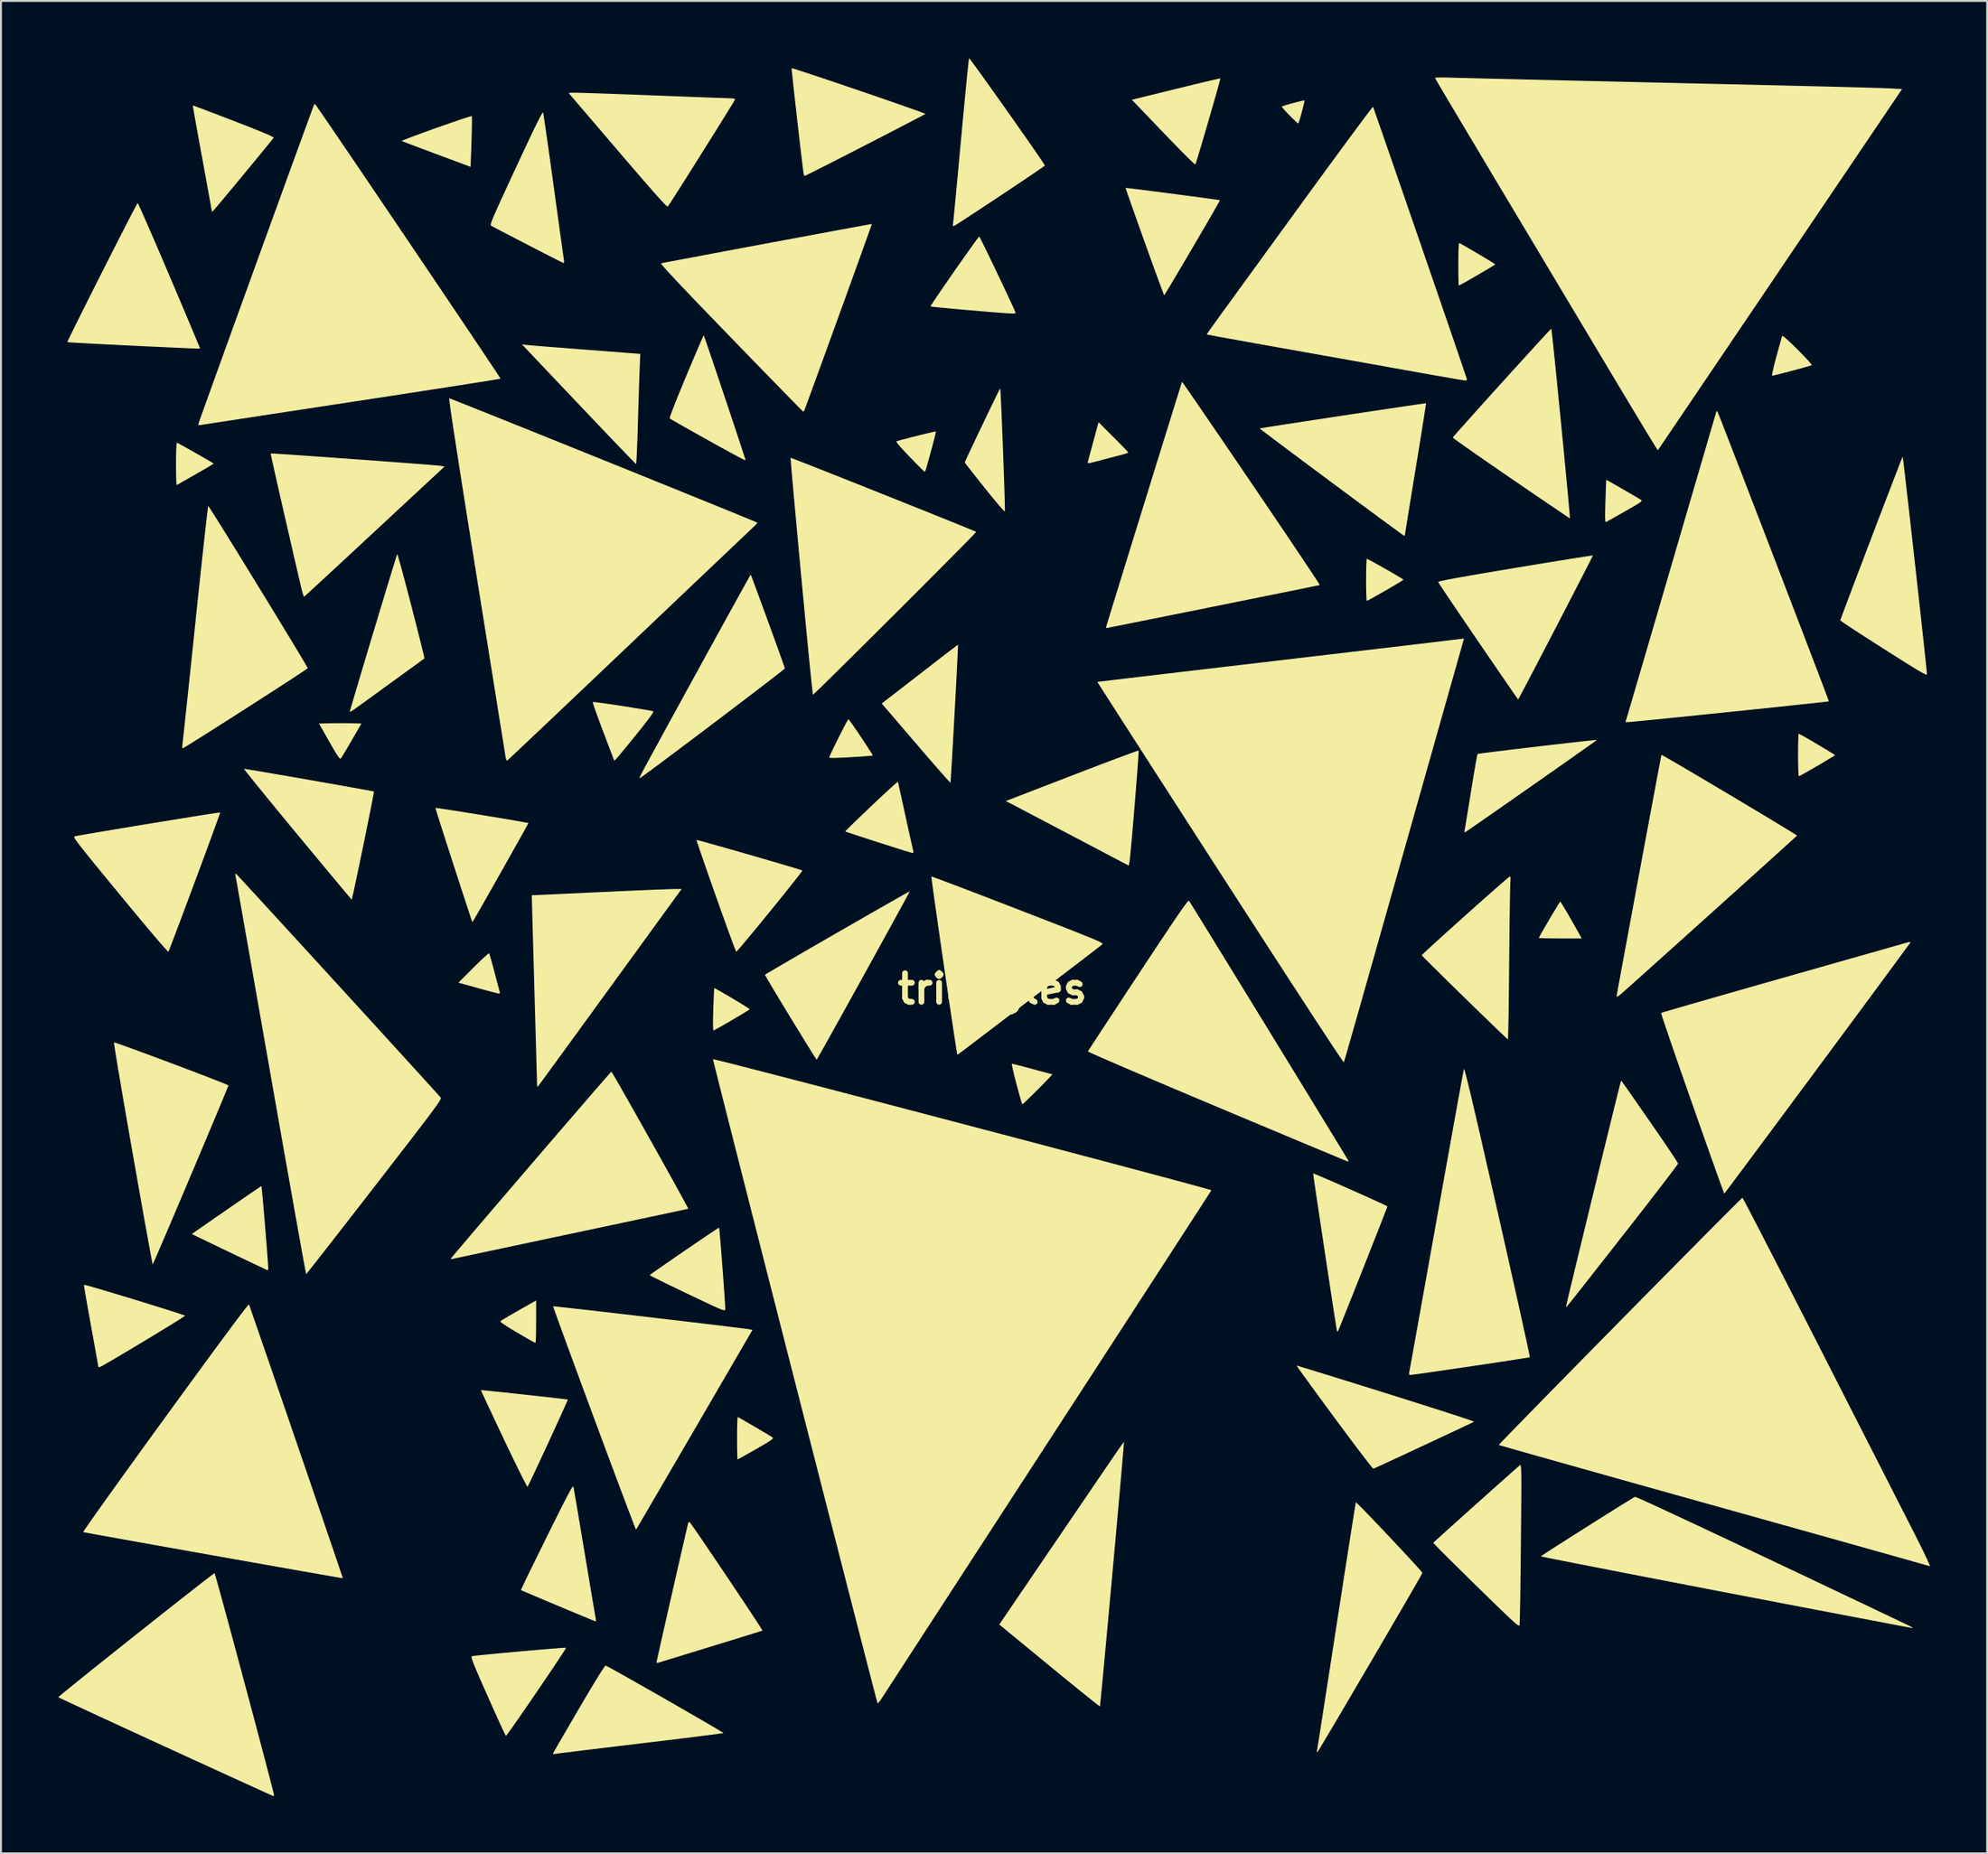
<source format=kicad_pcb>
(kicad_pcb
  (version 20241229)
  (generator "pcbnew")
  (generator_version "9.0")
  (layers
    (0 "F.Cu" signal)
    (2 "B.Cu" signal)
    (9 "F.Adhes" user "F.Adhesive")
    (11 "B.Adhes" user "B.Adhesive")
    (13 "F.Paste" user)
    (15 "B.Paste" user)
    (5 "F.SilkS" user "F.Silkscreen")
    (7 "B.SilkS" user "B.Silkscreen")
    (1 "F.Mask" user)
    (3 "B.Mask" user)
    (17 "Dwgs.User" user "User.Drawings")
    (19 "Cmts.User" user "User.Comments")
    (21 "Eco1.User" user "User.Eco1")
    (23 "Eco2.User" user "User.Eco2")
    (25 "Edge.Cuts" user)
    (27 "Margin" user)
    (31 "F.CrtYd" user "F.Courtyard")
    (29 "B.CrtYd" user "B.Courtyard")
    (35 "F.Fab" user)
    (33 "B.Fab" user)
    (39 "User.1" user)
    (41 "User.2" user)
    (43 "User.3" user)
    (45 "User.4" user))
  (footprint "triangles"
    (layer "F.Cu")
    (at 48.884 48.731)
    (property "Reference" "triangles" (at 0 0 0) (layer "F.SilkS") (effects (font (size 1.5 1.5) (thickness 0.3))))
    (attr board_only exclude_from_pos_files exclude_from_bom)
    (fp_poly (pts (xy -33.697 -13.911) (xy -33.578 -13.908) (xy -33.019 -13.894) (xy -33.534 -13.005) (xy -33.693 -12.731) (xy -33.839 -12.485) (xy -33.961 -12.282) (xy -34.051 -12.135) (xy -34.102 -12.06) (xy -34.106 -12.055) (xy -34.138 -12.056) (xy -34.194 -12.111) (xy -34.278 -12.229) (xy -34.395 -12.416) (xy -34.55 -12.68) (xy -34.701 -12.944) (xy -35.24 -13.894) (xy -34.689 -13.908) (xy -34.381 -13.913) (xy -34.031 -13.914)) (stroke (width 0) (type solid)) (fill yes) (layer "F.SilkS"))
    (fp_poly (pts (xy -23.876 17.428) (xy -23.878 17.752) (xy -23.882 18.038) (xy -23.889 18.273) (xy -23.898 18.442) (xy -23.909 18.53) (xy -23.914 18.539) (xy -23.967 18.514) (xy -24.095 18.444) (xy -24.282 18.338) (xy -24.517 18.203) (xy -24.786 18.046) (xy -24.877 17.993) (xy -25.201 17.8) (xy -25.442 17.651) (xy -25.609 17.54) (xy -25.708 17.462) (xy -25.745 17.413) (xy -25.74 17.394) (xy -25.679 17.353) (xy -25.544 17.27) (xy -25.348 17.154) (xy -25.108 17.014) (xy -24.836 16.858) (xy -24.778 16.825) (xy -23.876 16.313)) (stroke (width 0) (type solid)) (fill yes) (layer "F.SilkS"))
    (fp_poly (pts (xy -26.317 -1.814) (xy -26.275 -1.675) (xy -26.216 -1.469) (xy -26.146 -1.212) (xy -26.068 -0.919) (xy -26.065 -0.907) (xy -25.986 -0.607) (xy -25.914 -0.334) (xy -25.853 -0.107) (xy -25.809 0.057) (xy -25.785 0.14) (xy -25.775 0.23) (xy -25.816 0.25) (xy -25.883 0.235) (xy -26.032 0.198) (xy -26.249 0.141) (xy -26.516 0.069) (xy -26.82 -0.013) (xy -26.914 -0.039) (xy -27.946 -0.324) (xy -27.158 -1.112) (xy -26.927 -1.34) (xy -26.72 -1.54) (xy -26.548 -1.7) (xy -26.421 -1.813) (xy -26.35 -1.867) (xy -26.339 -1.87)) (stroke (width 0) (type solid)) (fill yes) (layer "F.SilkS"))
    (fp_poly (pts (xy 16.334 -46.523) (xy 16.33 -46.469) (xy 16.303 -46.342) (xy 16.26 -46.164) (xy 16.206 -45.959) (xy 16.148 -45.749) (xy 16.093 -45.558) (xy 16.046 -45.409) (xy 16.014 -45.324) (xy 16.005 -45.314) (xy 15.959 -45.348) (xy 15.858 -45.44) (xy 15.715 -45.577) (xy 15.546 -45.744) (xy 15.383 -45.913) (xy 15.254 -46.055) (xy 15.171 -46.157) (xy 15.148 -46.204) (xy 15.148 -46.204) (xy 15.206 -46.228) (xy 15.337 -46.27) (xy 15.517 -46.323) (xy 15.722 -46.38) (xy 15.929 -46.434) (xy 16.115 -46.481) (xy 16.256 -46.513) (xy 16.329 -46.524)) (stroke (width 0) (type solid)) (fill yes) (layer "F.SilkS"))
    (fp_poly (pts (xy 29.753 -4.529) (xy 29.829 -4.409) (xy 29.942 -4.222) (xy 30.085 -3.979) (xy 30.251 -3.691) (xy 30.435 -3.37) (xy 30.629 -3.026) (xy 30.717 -2.868) (xy 30.844 -2.642) (xy 29.722 -2.642) (xy 29.397 -2.643) (xy 29.109 -2.646) (xy 28.872 -2.652) (xy 28.701 -2.658) (xy 28.611 -2.666) (xy 28.6 -2.67) (xy 28.625 -2.724) (xy 28.692 -2.848) (xy 28.793 -3.027) (xy 28.918 -3.245) (xy 29.059 -3.487) (xy 29.206 -3.737) (xy 29.35 -3.98) (xy 29.483 -4.2) (xy 29.594 -4.382) (xy 29.675 -4.511) (xy 29.716 -4.57) (xy 29.72 -4.572)) (stroke (width 0) (type solid)) (fill yes) (layer "F.SilkS"))
    (fp_poly (pts (xy 6.334 -28.895) (xy 6.563 -28.666) (xy 6.764 -28.461) (xy 6.929 -28.29) (xy 7.047 -28.165) (xy 7.107 -28.096) (xy 7.112 -28.087) (xy 7.066 -28.06) (xy 6.945 -28.018) (xy 6.769 -27.967) (xy 6.693 -27.947) (xy 6.474 -27.891) (xy 6.194 -27.818) (xy 5.89 -27.738) (xy 5.622 -27.667) (xy 5.358 -27.598) (xy 5.179 -27.553) (xy 5.067 -27.532) (xy 5.009 -27.532) (xy 4.99 -27.553) (xy 4.995 -27.593) (xy 4.998 -27.603) (xy 5.019 -27.684) (xy 5.063 -27.846) (xy 5.124 -28.073) (xy 5.198 -28.346) (xy 5.28 -28.651) (xy 5.291 -28.692) (xy 5.557 -29.672)) (stroke (width 0) (type solid)) (fill yes) (layer "F.SilkS"))
    (fp_poly (pts (xy -27.245 -45.702) (xy -27.239 -45.645) (xy -27.236 -45.501) (xy -27.237 -45.283) (xy -27.242 -45.004) (xy -27.25 -44.679) (xy -27.26 -44.359) (xy -27.305 -43.044) (xy -29.092 -43.709) (xy -29.495 -43.86) (xy -29.868 -44) (xy -30.2 -44.125) (xy -30.481 -44.232) (xy -30.699 -44.317) (xy -30.844 -44.374) (xy -30.905 -44.401) (xy -30.906 -44.402) (xy -30.867 -44.425) (xy -30.741 -44.477) (xy -30.54 -44.556) (xy -30.274 -44.656) (xy -29.952 -44.775) (xy -29.585 -44.908) (xy -29.184 -45.052) (xy -29.104 -45.081) (xy -28.695 -45.225) (xy -28.316 -45.357) (xy -27.979 -45.473) (xy -27.692 -45.569) (xy -27.468 -45.641) (xy -27.316 -45.687) (xy -27.248 -45.703)) (stroke (width 0) (type solid)) (fill yes) (layer "F.SilkS"))
    (fp_poly (pts (xy -14.509 -0.021) (xy -14.391 0.041) (xy -14.218 0.139) (xy -14.005 0.262) (xy -13.768 0.401) (xy -13.521 0.547) (xy -13.282 0.691) (xy -13.065 0.824) (xy -12.885 0.937) (xy -12.759 1.019) (xy -12.702 1.063) (xy -12.7 1.066) (xy -12.742 1.099) (xy -12.856 1.172) (xy -13.028 1.278) (xy -13.241 1.407) (xy -13.481 1.549) (xy -13.731 1.696) (xy -13.977 1.838) (xy -14.203 1.967) (xy -14.392 2.073) (xy -14.531 2.147) (xy -14.595 2.178) (xy -14.61 2.136) (xy -14.619 1.998) (xy -14.621 1.771) (xy -14.617 1.46) (xy -14.606 1.086) (xy -14.595 0.761) (xy -14.583 0.473) (xy -14.573 0.235) (xy -14.565 0.063) (xy -14.558 -0.028) (xy -14.556 -0.039)) (stroke (width 0) (type solid)) (fill yes) (layer "F.SilkS"))
    (fp_poly (pts (xy 41.372 -34.18) (xy 41.479 -34.102) (xy 41.65 -33.951) (xy 41.888 -33.725) (xy 42.14 -33.476) (xy 42.367 -33.246) (xy 42.565 -33.04) (xy 42.724 -32.869) (xy 42.834 -32.742) (xy 42.885 -32.671) (xy 42.887 -32.661) (xy 42.83 -32.64) (xy 42.693 -32.598) (xy 42.493 -32.542) (xy 42.248 -32.474) (xy 41.977 -32.401) (xy 41.698 -32.326) (xy 41.428 -32.256) (xy 41.186 -32.194) (xy 40.989 -32.145) (xy 40.855 -32.114) (xy 40.806 -32.106) (xy 40.803 -32.152) (xy 40.826 -32.282) (xy 40.869 -32.48) (xy 40.931 -32.734) (xy 41.007 -33.027) (xy 41.03 -33.109) (xy 41.114 -33.416) (xy 41.19 -33.693) (xy 41.254 -33.923) (xy 41.301 -34.09) (xy 41.327 -34.178) (xy 41.329 -34.186)) (stroke (width 0) (type solid)) (fill yes) (layer "F.SilkS"))
    (fp_poly (pts (xy -42.624 -28.576) (xy -42.501 -28.51) (xy -42.322 -28.411) (xy -42.102 -28.288) (xy -41.857 -28.15) (xy -41.603 -28.006) (xy -41.356 -27.864) (xy -41.132 -27.734) (xy -40.945 -27.625) (xy -40.813 -27.546) (xy -40.751 -27.506) (xy -40.789 -27.479) (xy -40.902 -27.409) (xy -41.079 -27.303) (xy -41.307 -27.17) (xy -41.573 -27.016) (xy -41.691 -26.949) (xy -41.974 -26.787) (xy -42.227 -26.643) (xy -42.437 -26.523) (xy -42.59 -26.435) (xy -42.674 -26.387) (xy -42.685 -26.381) (xy -42.696 -26.423) (xy -42.706 -26.552) (xy -42.714 -26.755) (xy -42.719 -27.017) (xy -42.722 -27.324) (xy -42.723 -27.48) (xy -42.721 -27.837) (xy -42.715 -28.138) (xy -42.706 -28.372) (xy -42.693 -28.529) (xy -42.679 -28.598) (xy -42.675 -28.6)) (stroke (width 0) (type solid)) (fill yes) (layer "F.SilkS"))
    (fp_poly (pts (xy -13.146 22.517) (xy -12.926 22.643) (xy -12.679 22.786) (xy -12.419 22.937) (xy -12.164 23.088) (xy -11.928 23.227) (xy -11.728 23.347) (xy -11.579 23.438) (xy -11.498 23.49) (xy -11.489 23.496) (xy -11.482 23.526) (xy -11.517 23.572) (xy -11.603 23.64) (xy -11.75 23.737) (xy -11.967 23.868) (xy -12.261 24.039) (xy -12.364 24.098) (xy -12.644 24.257) (xy -12.893 24.398) (xy -13.098 24.513) (xy -13.247 24.594) (xy -13.325 24.635) (xy -13.334 24.638) (xy -13.342 24.59) (xy -13.348 24.454) (xy -13.354 24.246) (xy -13.358 23.98) (xy -13.36 23.67) (xy -13.36 23.517) (xy -13.359 23.194) (xy -13.354 22.909) (xy -13.347 22.676) (xy -13.338 22.511) (xy -13.328 22.426) (xy -13.322 22.418)) (stroke (width 0) (type solid)) (fill yes) (layer "F.SilkS"))
    (fp_poly (pts (xy -2.965 -29.135) (xy -2.993 -29.001) (xy -3.041 -28.802) (xy -3.104 -28.557) (xy -3.149 -28.389) (xy -3.256 -27.993) (xy -3.341 -27.685) (xy -3.406 -27.454) (xy -3.454 -27.289) (xy -3.489 -27.18) (xy -3.515 -27.116) (xy -3.533 -27.087) (xy -3.547 -27.081) (xy -3.591 -27.117) (xy -3.694 -27.216) (xy -3.846 -27.367) (xy -4.037 -27.559) (xy -4.254 -27.782) (xy -4.337 -27.867) (xy -4.602 -28.146) (xy -4.806 -28.369) (xy -4.945 -28.535) (xy -5.018 -28.637) (xy -5.023 -28.673) (xy -4.91 -28.707) (xy -4.73 -28.757) (xy -4.5 -28.817) (xy -4.238 -28.885) (xy -3.961 -28.955) (xy -3.686 -29.024) (xy -3.432 -29.086) (xy -3.217 -29.137) (xy -3.057 -29.173) (xy -2.97 -29.189) (xy -2.96 -29.189)) (stroke (width 0) (type solid)) (fill yes) (layer "F.SilkS"))
    (fp_poly (pts (xy 11.921 -47.623) (xy 11.886 -47.486) (xy 11.829 -47.276) (xy 11.753 -47.003) (xy 11.662 -46.68) (xy 11.559 -46.319) (xy 11.447 -45.931) (xy 11.331 -45.528) (xy 11.212 -45.122) (xy 11.096 -44.725) (xy 10.985 -44.348) (xy 10.882 -44.003) (xy 10.792 -43.702) (xy 10.717 -43.457) (xy 10.661 -43.28) (xy 10.628 -43.182) (xy 10.621 -43.166) (xy 10.579 -43.194) (xy 10.475 -43.288) (xy 10.315 -43.442) (xy 10.107 -43.649) (xy 9.856 -43.901) (xy 9.571 -44.192) (xy 9.258 -44.515) (xy 8.942 -44.843) (xy 7.3 -46.558) (xy 9.606 -47.125) (xy 10.073 -47.24) (xy 10.509 -47.346) (xy 10.905 -47.441) (xy 11.25 -47.523) (xy 11.535 -47.59) (xy 11.75 -47.639) (xy 11.885 -47.667) (xy 11.931 -47.674)) (stroke (width 0) (type solid)) (fill yes) (layer "F.SilkS"))
    (fp_poly (pts (xy 24.503 -39.02) (xy 24.644 -38.942) (xy 24.835 -38.833) (xy 25.06 -38.702) (xy 25.305 -38.558) (xy 25.554 -38.411) (xy 25.792 -38.268) (xy 26.002 -38.141) (xy 26.169 -38.037) (xy 26.278 -37.967) (xy 26.314 -37.939) (xy 26.273 -37.907) (xy 26.158 -37.834) (xy 25.986 -37.729) (xy 25.773 -37.601) (xy 25.533 -37.46) (xy 25.282 -37.314) (xy 25.037 -37.172) (xy 24.812 -37.044) (xy 24.623 -36.938) (xy 24.485 -36.864) (xy 24.415 -36.831) (xy 24.411 -36.83) (xy 24.403 -36.878) (xy 24.396 -37.014) (xy 24.39 -37.222) (xy 24.386 -37.488) (xy 24.384 -37.798) (xy 24.384 -37.952) (xy 24.386 -38.281) (xy 24.391 -38.57) (xy 24.4 -38.803) (xy 24.41 -38.967) (xy 24.423 -39.05) (xy 24.429 -39.057)) (stroke (width 0) (type solid)) (fill yes) (layer "F.SilkS"))
    (fp_poly (pts (xy 42.253 -13.336) (xy 42.379 -13.268) (xy 42.559 -13.167) (xy 42.778 -13.041) (xy 43.02 -12.899) (xy 43.27 -12.752) (xy 43.512 -12.607) (xy 43.731 -12.474) (xy 43.911 -12.363) (xy 44.037 -12.282) (xy 44.093 -12.24) (xy 44.094 -12.238) (xy 44.053 -12.207) (xy 43.938 -12.134) (xy 43.767 -12.03) (xy 43.554 -11.902) (xy 43.314 -11.761) (xy 43.064 -11.615) (xy 42.82 -11.473) (xy 42.595 -11.345) (xy 42.407 -11.239) (xy 42.27 -11.165) (xy 42.206 -11.134) (xy 42.194 -11.177) (xy 42.183 -11.308) (xy 42.174 -11.512) (xy 42.168 -11.775) (xy 42.164 -12.083) (xy 42.164 -12.239) (xy 42.165 -12.564) (xy 42.169 -12.852) (xy 42.176 -13.089) (xy 42.183 -13.26) (xy 42.193 -13.35) (xy 42.197 -13.36)) (stroke (width 0) (type solid)) (fill yes) (layer "F.SilkS"))
    (fp_poly (pts (xy -20.857 -15.02) (xy -20.716 -15.005) (xy -20.505 -14.978) (xy -20.238 -14.941) (xy -19.93 -14.897) (xy -19.595 -14.847) (xy -19.249 -14.794) (xy -18.906 -14.74) (xy -18.581 -14.688) (xy -18.29 -14.639) (xy -18.045 -14.597) (xy -17.863 -14.562) (xy -17.759 -14.539) (xy -17.742 -14.533) (xy -17.753 -14.483) (xy -17.83 -14.357) (xy -17.975 -14.155) (xy -18.188 -13.878) (xy -18.467 -13.526) (xy -18.622 -13.333) (xy -18.867 -13.032) (xy -19.095 -12.751) (xy -19.299 -12.504) (xy -19.468 -12.299) (xy -19.594 -12.149) (xy -19.668 -12.065) (xy -19.676 -12.055) (xy -19.787 -11.944) (xy -20.365 -13.466) (xy -20.505 -13.837) (xy -20.63 -14.177) (xy -20.738 -14.475) (xy -20.823 -14.72) (xy -20.882 -14.899) (xy -20.911 -15.001) (xy -20.912 -15.02)) (stroke (width 0) (type solid)) (fill yes) (layer "F.SilkS"))
    (fp_poly (pts (xy -7.496 -14.081) (xy -7.414 -13.971) (xy -7.296 -13.805) (xy -7.154 -13.598) (xy -6.995 -13.366) (xy -6.831 -13.121) (xy -6.67 -12.879) (xy -6.524 -12.655) (xy -6.4 -12.463) (xy -6.31 -12.317) (xy -6.262 -12.233) (xy -6.258 -12.217) (xy -6.311 -12.21) (xy -6.451 -12.198) (xy -6.663 -12.182) (xy -6.932 -12.163) (xy -7.244 -12.143) (xy -7.404 -12.133) (xy -7.809 -12.11) (xy -8.119 -12.097) (xy -8.338 -12.093) (xy -8.474 -12.098) (xy -8.532 -12.113) (xy -8.534 -12.119) (xy -8.513 -12.184) (xy -8.453 -12.32) (xy -8.364 -12.512) (xy -8.253 -12.743) (xy -8.128 -12.997) (xy -7.997 -13.259) (xy -7.869 -13.512) (xy -7.75 -13.741) (xy -7.65 -13.929) (xy -7.576 -14.06) (xy -7.536 -14.119) (xy -7.533 -14.121)) (stroke (width 0) (type solid)) (fill yes) (layer "F.SilkS"))
    (fp_poly (pts (xy 1.075 3.931) (xy 1.215 3.963) (xy 1.423 4.015) (xy 1.684 4.083) (xy 1.982 4.164) (xy 2.076 4.189) (xy 2.384 4.273) (xy 2.658 4.347) (xy 2.884 4.407) (xy 3.046 4.449) (xy 3.13 4.469) (xy 3.137 4.47) (xy 3.114 4.504) (xy 3.028 4.6) (xy 2.889 4.746) (xy 2.708 4.934) (xy 2.493 5.152) (xy 2.388 5.258) (xy 2.157 5.487) (xy 1.95 5.691) (xy 1.778 5.857) (xy 1.652 5.977) (xy 1.581 6.039) (xy 1.571 6.045) (xy 1.55 5.998) (xy 1.507 5.867) (xy 1.448 5.666) (xy 1.376 5.41) (xy 1.295 5.112) (xy 1.263 4.991) (xy 1.182 4.68) (xy 1.114 4.405) (xy 1.062 4.178) (xy 1.028 4.016) (xy 1.016 3.931) (xy 1.018 3.923)) (stroke (width 0) (type solid)) (fill yes) (layer "F.SilkS"))
    (fp_poly (pts (xy 19.646 -22.5) (xy 19.767 -22.437) (xy 19.945 -22.341) (xy 20.164 -22.221) (xy 20.407 -22.084) (xy 20.659 -21.941) (xy 20.906 -21.799) (xy 21.13 -21.668) (xy 21.316 -21.557) (xy 21.449 -21.475) (xy 21.513 -21.43) (xy 21.513 -21.43) (xy 21.478 -21.4) (xy 21.369 -21.329) (xy 21.202 -21.227) (xy 20.992 -21.102) (xy 20.755 -20.963) (xy 20.505 -20.818) (xy 20.258 -20.677) (xy 20.029 -20.548) (xy 19.834 -20.44) (xy 19.687 -20.362) (xy 19.605 -20.323) (xy 19.594 -20.32) (xy 19.583 -20.368) (xy 19.574 -20.504) (xy 19.566 -20.711) (xy 19.561 -20.976) (xy 19.558 -21.284) (xy 19.558 -21.409) (xy 19.56 -21.731) (xy 19.564 -22.017) (xy 19.572 -22.252) (xy 19.581 -22.422) (xy 19.592 -22.51) (xy 19.596 -22.519)) (stroke (width 0) (type solid)) (fill yes) (layer "F.SilkS"))
    (fp_poly (pts (xy 32.17 -26.634) (xy 32.286 -26.57) (xy 32.457 -26.474) (xy 32.669 -26.353) (xy 32.906 -26.217) (xy 33.152 -26.075) (xy 33.39 -25.937) (xy 33.607 -25.81) (xy 33.784 -25.705) (xy 33.908 -25.63) (xy 33.927 -25.619) (xy 33.964 -25.592) (xy 33.977 -25.564) (xy 33.957 -25.527) (xy 33.895 -25.474) (xy 33.781 -25.398) (xy 33.605 -25.292) (xy 33.358 -25.149) (xy 33.114 -25.009) (xy 32.833 -24.849) (xy 32.58 -24.705) (xy 32.368 -24.586) (xy 32.212 -24.499) (xy 32.125 -24.453) (xy 32.115 -24.448) (xy 32.093 -24.455) (xy 32.077 -24.504) (xy 32.069 -24.605) (xy 32.066 -24.769) (xy 32.069 -25.008) (xy 32.077 -25.331) (xy 32.083 -25.533) (xy 32.094 -25.857) (xy 32.104 -26.145) (xy 32.113 -26.382) (xy 32.121 -26.554) (xy 32.126 -26.644) (xy 32.127 -26.655)) (stroke (width 0) (type solid)) (fill yes) (layer "F.SilkS"))
    (fp_poly (pts (xy 7.655 -12.426) (xy 7.648 -12.282) (xy 7.633 -12.058) (xy 7.613 -11.766) (xy 7.587 -11.417) (xy 7.557 -11.021) (xy 7.523 -10.59) (xy 7.487 -10.134) (xy 7.449 -9.665) (xy 7.41 -9.194) (xy 7.371 -8.73) (xy 7.333 -8.287) (xy 7.297 -7.873) (xy 7.263 -7.501) (xy 7.234 -7.181) (xy 7.209 -6.924) (xy 7.189 -6.742) (xy 7.175 -6.644) (xy 7.175 -6.643) (xy 7.137 -6.454) (xy 4.14 -8.032) (xy 3.623 -8.304) (xy 3.127 -8.565) (xy 2.661 -8.81) (xy 2.233 -9.035) (xy 1.851 -9.236) (xy 1.523 -9.408) (xy 1.258 -9.548) (xy 1.063 -9.65) (xy 0.946 -9.711) (xy 0.922 -9.723) (xy 0.702 -9.836) (xy 4.163 -11.173) (xy 4.727 -11.39) (xy 5.264 -11.595) (xy 5.765 -11.786) (xy 6.223 -11.96) (xy 6.631 -12.113) (xy 6.981 -12.244) (xy 7.266 -12.348) (xy 7.478 -12.424) (xy 7.61 -12.469) (xy 7.654 -12.48)) (stroke (width 0) (type solid)) (fill yes) (layer "F.SilkS"))
    (fp_poly (pts (xy -1.798 -17.967) (xy -1.803 -17.823) (xy -1.813 -17.598) (xy -1.828 -17.301) (xy -1.845 -16.941) (xy -1.867 -16.53) (xy -1.89 -16.076) (xy -1.916 -15.59) (xy -1.943 -15.081) (xy -1.972 -14.56) (xy -2.001 -14.035) (xy -2.029 -13.518) (xy -2.057 -13.017) (xy -2.084 -12.544) (xy -2.109 -12.106) (xy -2.132 -11.715) (xy -2.153 -11.381) (xy -2.169 -11.112) (xy -2.182 -10.92) (xy -2.191 -10.813) (xy -2.194 -10.794) (xy -2.23 -10.827) (xy -2.326 -10.931) (xy -2.476 -11.098) (xy -2.673 -11.321) (xy -2.912 -11.594) (xy -3.187 -11.91) (xy -3.491 -12.261) (xy -3.818 -12.641) (xy -4.003 -12.858) (xy -5.791 -14.943) (xy -4.635 -15.838) (xy -4.281 -16.112) (xy -3.901 -16.406) (xy -3.518 -16.703) (xy -3.155 -16.984) (xy -2.834 -17.234) (xy -2.644 -17.381) (xy -2.394 -17.574) (xy -2.173 -17.743) (xy -1.993 -17.88) (xy -1.866 -17.974) (xy -1.802 -18.018) (xy -1.798 -18.019)) (stroke (width 0) (type solid)) (fill yes) (layer "F.SilkS"))
    (fp_poly (pts (xy -4.943 -10.841) (xy -4.929 -10.782) (xy -4.896 -10.636) (xy -4.847 -10.413) (xy -4.783 -10.126) (xy -4.708 -9.786) (xy -4.625 -9.405) (xy -4.546 -9.042) (xy -4.456 -8.632) (xy -4.372 -8.25) (xy -4.296 -7.91) (xy -4.232 -7.623) (xy -4.182 -7.4) (xy -4.149 -7.255) (xy -4.135 -7.201) (xy -4.14 -7.127) (xy -4.175 -7.114) (xy -4.237 -7.13) (xy -4.385 -7.174) (xy -4.606 -7.241) (xy -4.89 -7.33) (xy -5.225 -7.435) (xy -5.6 -7.555) (xy -5.963 -7.671) (xy -6.361 -7.8) (xy -6.728 -7.919) (xy -7.051 -8.025) (xy -7.322 -8.114) (xy -7.527 -8.182) (xy -7.658 -8.226) (xy -7.701 -8.243) (xy -7.669 -8.28) (xy -7.572 -8.38) (xy -7.416 -8.534) (xy -7.211 -8.735) (xy -6.964 -8.974) (xy -6.682 -9.244) (xy -6.375 -9.538) (xy -6.338 -9.573) (xy -6.028 -9.867) (xy -5.741 -10.136) (xy -5.486 -10.372) (xy -5.27 -10.568) (xy -5.103 -10.716) (xy -4.991 -10.81) (xy -4.944 -10.842)) (stroke (width 0) (type solid)) (fill yes) (layer "F.SilkS"))
    (fp_poly (pts (xy -24.359 -33.717) (xy -24.261 -33.708) (xy -24.072 -33.691) (xy -23.802 -33.669) (xy -23.462 -33.641) (xy -23.061 -33.609) (xy -22.609 -33.574) (xy -22.117 -33.535) (xy -21.595 -33.495) (xy -21.265 -33.469) (xy -18.426 -33.251) (xy -18.457 -32.513) (xy -18.465 -32.297) (xy -18.476 -31.996) (xy -18.489 -31.624) (xy -18.502 -31.199) (xy -18.517 -30.735) (xy -18.532 -30.249) (xy -18.547 -29.756) (xy -18.55 -29.629) (xy -18.564 -29.173) (xy -18.579 -28.751) (xy -18.593 -28.371) (xy -18.607 -28.046) (xy -18.62 -27.785) (xy -18.631 -27.599) (xy -18.641 -27.498) (xy -18.645 -27.483) (xy -18.685 -27.519) (xy -18.788 -27.623) (xy -18.951 -27.789) (xy -19.167 -28.012) (xy -19.43 -28.286) (xy -19.737 -28.605) (xy -20.08 -28.964) (xy -20.454 -29.357) (xy -20.854 -29.777) (xy -21.275 -30.22) (xy -21.292 -30.239) (xy -21.724 -30.694) (xy -22.143 -31.136) (xy -22.543 -31.557) (xy -22.917 -31.952) (xy -23.26 -32.314) (xy -23.564 -32.634) (xy -23.822 -32.908) (xy -24.03 -33.127) (xy -24.18 -33.286) (xy -24.26 -33.371) (xy -24.613 -33.747)) (stroke (width 0) (type solid)) (fill yes) (layer "F.SilkS"))
    (fp_poly (pts (xy 0.415 -31.396) (xy 0.425 -31.256) (xy 0.437 -31.035) (xy 0.452 -30.744) (xy 0.468 -30.393) (xy 0.485 -29.992) (xy 0.503 -29.552) (xy 0.522 -29.084) (xy 0.542 -28.597) (xy 0.56 -28.102) (xy 0.579 -27.61) (xy 0.596 -27.131) (xy 0.612 -26.675) (xy 0.626 -26.253) (xy 0.638 -25.874) (xy 0.647 -25.551) (xy 0.653 -25.292) (xy 0.656 -25.109) (xy 0.655 -25.011) (xy 0.654 -24.999) (xy 0.618 -25.022) (xy 0.528 -25.116) (xy 0.389 -25.273) (xy 0.211 -25.483) (xy -0.001 -25.737) (xy -0.238 -26.028) (xy -0.407 -26.239) (xy -0.657 -26.553) (xy -0.885 -26.841) (xy -1.084 -27.094) (xy -1.246 -27.302) (xy -1.365 -27.457) (xy -1.432 -27.547) (xy -1.444 -27.568) (xy -1.421 -27.624) (xy -1.361 -27.759) (xy -1.267 -27.962) (xy -1.146 -28.219) (xy -1.004 -28.521) (xy -0.846 -28.855) (xy -0.677 -29.211) (xy -0.503 -29.575) (xy -0.329 -29.938) (xy -0.162 -30.286) (xy -0.006 -30.609) (xy 0.133 -30.896) (xy 0.25 -31.134) (xy 0.338 -31.312) (xy 0.393 -31.419) (xy 0.409 -31.445)) (stroke (width 0) (type solid)) (fill yes) (layer "F.SilkS"))
    (fp_poly (pts (xy -38.246 10.371) (xy -38.231 10.506) (xy -38.21 10.718) (xy -38.185 10.993) (xy -38.156 11.319) (xy -38.124 11.683) (xy -38.091 12.074) (xy -38.057 12.477) (xy -38.024 12.882) (xy -37.993 13.274) (xy -37.964 13.643) (xy -37.939 13.974) (xy -37.918 14.255) (xy -37.904 14.475) (xy -37.896 14.62) (xy -37.895 14.668) (xy -37.921 14.725) (xy -37.935 14.727) (xy -37.987 14.705) (xy -38.122 14.643) (xy -38.328 14.547) (xy -38.598 14.419) (xy -38.92 14.266) (xy -39.286 14.092) (xy -39.686 13.901) (xy -39.926 13.786) (xy -40.34 13.587) (xy -40.724 13.403) (xy -41.069 13.236) (xy -41.367 13.093) (xy -41.606 12.977) (xy -41.778 12.894) (xy -41.874 12.847) (xy -41.891 12.838) (xy -41.853 12.808) (xy -41.741 12.728) (xy -41.566 12.605) (xy -41.339 12.446) (xy -41.069 12.258) (xy -40.767 12.048) (xy -40.443 11.824) (xy -40.108 11.592) (xy -39.771 11.36) (xy -39.444 11.135) (xy -39.137 10.923) (xy -38.859 10.733) (xy -38.622 10.57) (xy -38.435 10.444) (xy -38.31 10.359) (xy -38.255 10.325) (xy -38.255 10.325)) (stroke (width 0) (type solid)) (fill yes) (layer "F.SilkS"))
    (fp_poly (pts (xy -19.996 -0.089) (xy -20.464 0.555) (xy -20.916 1.177) (xy -21.348 1.771) (xy -21.756 2.333) (xy -22.137 2.857) (xy -22.488 3.339) (xy -22.804 3.773) (xy -23.083 4.155) (xy -23.319 4.479) (xy -23.511 4.741) (xy -23.654 4.936) (xy -23.744 5.058) (xy -23.778 5.103) (xy -23.819 5.113) (xy -23.826 5.077) (xy -23.827 5.017) (xy -23.831 4.862) (xy -23.838 4.62) (xy -23.847 4.3) (xy -23.858 3.908) (xy -23.871 3.452) (xy -23.885 2.94) (xy -23.901 2.378) (xy -23.918 1.776) (xy -23.936 1.139) (xy -23.95 0.66) (xy -23.969 -0.011) (xy -23.988 -0.666) (xy -24.005 -1.294) (xy -24.022 -1.887) (xy -24.037 -2.437) (xy -24.051 -2.934) (xy -24.063 -3.37) (xy -24.073 -3.735) (xy -24.081 -4.022) (xy -24.086 -4.221) (xy -24.088 -4.293) (xy -24.103 -4.902) (xy -20.598 -5.064) (xy -19.999 -5.091) (xy -19.419 -5.118) (xy -18.869 -5.142) (xy -18.359 -5.164) (xy -17.897 -5.184) (xy -17.494 -5.2) (xy -17.159 -5.213) (xy -16.901 -5.223) (xy -16.73 -5.228) (xy -16.678 -5.229) (xy -16.262 -5.232)) (stroke (width 0) (type solid)) (fill yes) (layer "F.SilkS"))
    (fp_poly (pts (xy -29.093 -9.471) (xy -28.951 -9.452) (xy -28.732 -9.421) (xy -28.449 -9.378) (xy -28.114 -9.326) (xy -27.738 -9.267) (xy -27.334 -9.202) (xy -26.912 -9.134) (xy -26.484 -9.064) (xy -26.063 -8.995) (xy -25.66 -8.928) (xy -25.287 -8.865) (xy -24.956 -8.808) (xy -24.678 -8.759) (xy -24.465 -8.72) (xy -24.329 -8.693) (xy -24.282 -8.679) (xy -24.307 -8.631) (xy -24.376 -8.504) (xy -24.484 -8.307) (xy -24.626 -8.052) (xy -24.797 -7.746) (xy -24.991 -7.4) (xy -25.202 -7.024) (xy -25.426 -6.627) (xy -25.656 -6.218) (xy -25.888 -5.808) (xy -26.115 -5.406) (xy -26.333 -5.022) (xy -26.536 -4.664) (xy -26.719 -4.344) (xy -26.875 -4.07) (xy -27.001 -3.852) (xy -27.089 -3.7) (xy -27.126 -3.639) (xy -27.216 -3.493) (xy -27.424 -4.121) (xy -27.553 -4.516) (xy -27.695 -4.947) (xy -27.844 -5.405) (xy -27.998 -5.88) (xy -28.155 -6.362) (xy -28.31 -6.843) (xy -28.462 -7.311) (xy -28.606 -7.758) (xy -28.739 -8.174) (xy -28.859 -8.549) (xy -28.962 -8.873) (xy -29.046 -9.138) (xy -29.106 -9.332) (xy -29.141 -9.446) (xy -29.147 -9.474)) (stroke (width 0) (type solid)) (fill yes) (layer "F.SilkS"))
    (fp_poly (pts (xy -14.303 12.504) (xy -14.294 12.559) (xy -14.279 12.702) (xy -14.259 12.921) (xy -14.235 13.202) (xy -14.208 13.534) (xy -14.178 13.902) (xy -14.148 14.294) (xy -14.117 14.697) (xy -14.087 15.099) (xy -14.059 15.486) (xy -14.033 15.845) (xy -14.012 16.164) (xy -13.995 16.43) (xy -13.983 16.63) (xy -13.978 16.75) (xy -13.979 16.778) (xy -13.986 16.806) (xy -14.004 16.824) (xy -14.042 16.827) (xy -14.107 16.812) (xy -14.207 16.777) (xy -14.35 16.718) (xy -14.546 16.631) (xy -14.801 16.513) (xy -15.124 16.361) (xy -15.523 16.171) (xy -15.964 15.961) (xy -16.379 15.762) (xy -16.764 15.576) (xy -17.11 15.408) (xy -17.408 15.262) (xy -17.647 15.142) (xy -17.819 15.054) (xy -17.915 15.003) (xy -17.931 14.991) (xy -17.891 14.956) (xy -17.777 14.873) (xy -17.6 14.746) (xy -17.37 14.585) (xy -17.098 14.396) (xy -16.795 14.186) (xy -16.47 13.962) (xy -16.134 13.731) (xy -15.798 13.501) (xy -15.471 13.279) (xy -15.165 13.071) (xy -14.89 12.885) (xy -14.655 12.729) (xy -14.472 12.608) (xy -14.352 12.531) (xy -14.303 12.504)) (stroke (width 0) (type solid)) (fill yes) (layer "F.SilkS"))
    (fp_poly (pts (xy -0.661 -39.351) (xy -0.596 -39.226) (xy -0.499 -39.032) (xy -0.375 -38.781) (xy -0.23 -38.482) (xy -0.069 -38.149) (xy 0.103 -37.792) (xy 0.279 -37.422) (xy 0.455 -37.052) (xy 0.625 -36.693) (xy 0.784 -36.355) (xy 0.926 -36.051) (xy 1.046 -35.791) (xy 1.138 -35.587) (xy 1.197 -35.452) (xy 1.218 -35.395) (xy 1.207 -35.38) (xy 1.17 -35.37) (xy 1.098 -35.365) (xy 0.983 -35.367) (xy 0.816 -35.374) (xy 0.591 -35.389) (xy 0.299 -35.411) (xy -0.068 -35.44) (xy -0.518 -35.478) (xy -1.059 -35.525) (xy -1.24 -35.54) (xy -1.677 -35.579) (xy -2.082 -35.615) (xy -2.444 -35.649) (xy -2.751 -35.679) (xy -2.992 -35.703) (xy -3.157 -35.722) (xy -3.235 -35.733) (xy -3.239 -35.734) (xy -3.216 -35.779) (xy -3.142 -35.897) (xy -3.023 -36.077) (xy -2.867 -36.309) (xy -2.68 -36.582) (xy -2.471 -36.887) (xy -2.246 -37.213) (xy -2.012 -37.55) (xy -1.777 -37.887) (xy -1.547 -38.214) (xy -1.33 -38.521) (xy -1.133 -38.798) (xy -0.964 -39.034) (xy -0.829 -39.219) (xy -0.735 -39.342) (xy -0.69 -39.394) (xy -0.688 -39.395)) (stroke (width 0) (type solid)) (fill yes) (layer "F.SilkS"))
    (fp_poly (pts (xy -41.796 -46.244) (xy -41.663 -46.196) (xy -41.454 -46.118) (xy -41.178 -46.015) (xy -40.847 -45.889) (xy -40.468 -45.744) (xy -40.052 -45.584) (xy -39.711 -45.453) (xy -39.15 -45.236) (xy -38.682 -45.051) (xy -38.304 -44.899) (xy -38.011 -44.776) (xy -37.8 -44.683) (xy -37.67 -44.617) (xy -37.615 -44.577) (xy -37.613 -44.569) (xy -37.648 -44.522) (xy -37.741 -44.406) (xy -37.883 -44.23) (xy -38.067 -44.004) (xy -38.285 -43.737) (xy -38.53 -43.439) (xy -38.794 -43.118) (xy -39.07 -42.785) (xy -39.348 -42.447) (xy -39.623 -42.116) (xy -39.886 -41.799) (xy -40.13 -41.506) (xy -40.346 -41.247) (xy -40.528 -41.031) (xy -40.667 -40.867) (xy -40.756 -40.764) (xy -40.774 -40.743) (xy -40.83 -40.695) (xy -40.843 -40.696) (xy -40.852 -40.749) (xy -40.878 -40.894) (xy -40.918 -41.12) (xy -40.972 -41.419) (xy -41.038 -41.781) (xy -41.114 -42.197) (xy -41.198 -42.659) (xy -41.289 -43.157) (xy -41.349 -43.486) (xy -41.444 -44.001) (xy -41.532 -44.486) (xy -41.612 -44.93) (xy -41.683 -45.326) (xy -41.743 -45.664) (xy -41.791 -45.934) (xy -41.824 -46.129) (xy -41.842 -46.239) (xy -41.844 -46.26)) (stroke (width 0) (type solid)) (fill yes) (layer "F.SilkS"))
    (fp_poly (pts (xy -26.71 21.013) (xy -26.569 21.026) (xy -26.351 21.047) (xy -26.07 21.076) (xy -25.737 21.11) (xy -25.365 21.149) (xy -24.967 21.192) (xy -24.554 21.237) (xy -24.14 21.282) (xy -23.735 21.326) (xy -23.354 21.369) (xy -23.008 21.408) (xy -22.71 21.442) (xy -22.471 21.47) (xy -22.305 21.491) (xy -22.224 21.502) (xy -22.218 21.504) (xy -22.235 21.552) (xy -22.29 21.681) (xy -22.379 21.881) (xy -22.495 22.14) (xy -22.635 22.448) (xy -22.794 22.795) (xy -22.965 23.17) (xy -23.145 23.561) (xy -23.329 23.959) (xy -23.511 24.352) (xy -23.686 24.729) (xy -23.851 25.081) (xy -23.998 25.396) (xy -24.125 25.663) (xy -24.225 25.872) (xy -24.294 26.012) (xy -24.327 26.073) (xy -24.327 26.074) (xy -24.356 26.037) (xy -24.423 25.916) (xy -24.525 25.719) (xy -24.659 25.454) (xy -24.819 25.13) (xy -25.003 24.755) (xy -25.205 24.336) (xy -25.423 23.882) (xy -25.572 23.568) (xy -25.797 23.093) (xy -26.007 22.648) (xy -26.199 22.238) (xy -26.37 21.874) (xy -26.515 21.563) (xy -26.63 21.313) (xy -26.711 21.133) (xy -26.756 21.031) (xy -26.763 21.011)) (stroke (width 0) (type solid)) (fill yes) (layer "F.SilkS"))
    (fp_poly (pts (xy -15.086 -34.173) (xy -15.037 -34.034) (xy -14.962 -33.819) (xy -14.865 -33.536) (xy -14.749 -33.195) (xy -14.617 -32.806) (xy -14.473 -32.379) (xy -14.319 -31.922) (xy -14.16 -31.446) (xy -13.997 -30.961) (xy -13.834 -30.475) (xy -13.675 -29.998) (xy -13.523 -29.541) (xy -13.381 -29.112) (xy -13.252 -28.721) (xy -13.139 -28.378) (xy -13.046 -28.093) (xy -12.975 -27.874) (xy -12.931 -27.732) (xy -12.915 -27.677) (xy -12.915 -27.676) (xy -12.961 -27.692) (xy -13.086 -27.753) (xy -13.282 -27.855) (xy -13.539 -27.992) (xy -13.848 -28.159) (xy -14.201 -28.353) (xy -14.589 -28.567) (xy -14.884 -28.732) (xy -15.293 -28.961) (xy -15.676 -29.176) (xy -16.022 -29.372) (xy -16.322 -29.542) (xy -16.568 -29.683) (xy -16.75 -29.788) (xy -16.859 -29.853) (xy -16.886 -29.872) (xy -16.878 -29.928) (xy -16.831 -30.071) (xy -16.75 -30.294) (xy -16.635 -30.59) (xy -16.491 -30.952) (xy -16.319 -31.374) (xy -16.123 -31.85) (xy -16.027 -32.078) (xy -15.843 -32.518) (xy -15.67 -32.927) (xy -15.514 -33.296) (xy -15.377 -33.616) (xy -15.264 -33.878) (xy -15.179 -34.073) (xy -15.125 -34.191) (xy -15.107 -34.225)) (stroke (width 0) (type solid)) (fill yes) (layer "F.SilkS"))
    (fp_poly (pts (xy -47.49 15.502) (xy -47.355 15.537) (xy -47.144 15.596) (xy -46.868 15.675) (xy -46.539 15.772) (xy -46.167 15.883) (xy -45.762 16.005) (xy -45.336 16.134) (xy -44.899 16.267) (xy -44.461 16.402) (xy -44.035 16.534) (xy -43.63 16.66) (xy -43.257 16.777) (xy -42.927 16.882) (xy -42.651 16.972) (xy -42.439 17.042) (xy -42.303 17.091) (xy -42.253 17.113) (xy -42.289 17.144) (xy -42.403 17.22) (xy -42.584 17.336) (xy -42.824 17.486) (xy -43.111 17.664) (xy -43.436 17.863) (xy -43.79 18.079) (xy -44.161 18.304) (xy -44.542 18.534) (xy -44.921 18.761) (xy -45.288 18.98) (xy -45.635 19.186) (xy -45.95 19.372) (xy -46.225 19.532) (xy -46.448 19.66) (xy -46.611 19.751) (xy -46.703 19.798) (xy -46.717 19.803) (xy -46.78 19.8) (xy -46.787 19.788) (xy -46.796 19.733) (xy -46.821 19.589) (xy -46.86 19.365) (xy -46.913 19.073) (xy -46.976 18.724) (xy -47.048 18.326) (xy -47.126 17.892) (xy -47.171 17.648) (xy -47.252 17.197) (xy -47.327 16.778) (xy -47.393 16.4) (xy -47.45 16.074) (xy -47.494 15.811) (xy -47.524 15.62) (xy -47.538 15.514) (xy -47.539 15.495)) (stroke (width 0) (type solid)) (fill yes) (layer "F.SilkS"))
    (fp_poly (pts (xy -22.312 34.5) (xy -22.332 34.544) (xy -22.404 34.661) (xy -22.521 34.843) (xy -22.677 35.082) (xy -22.866 35.366) (xy -23.082 35.688) (xy -23.318 36.039) (xy -23.568 36.408) (xy -23.826 36.787) (xy -24.085 37.166) (xy -24.339 37.537) (xy -24.583 37.889) (xy -24.808 38.215) (xy -25.011 38.504) (xy -25.183 38.748) (xy -25.319 38.937) (xy -25.412 39.062) (xy -25.456 39.113) (xy -25.458 39.114) (xy -25.485 39.069) (xy -25.548 38.941) (xy -25.644 38.739) (xy -25.767 38.471) (xy -25.915 38.148) (xy -26.082 37.778) (xy -26.264 37.371) (xy -26.408 37.046) (xy -26.629 36.547) (xy -26.811 36.132) (xy -26.957 35.795) (xy -27.07 35.527) (xy -27.154 35.32) (xy -27.211 35.168) (xy -27.244 35.061) (xy -27.257 34.993) (xy -27.253 34.955) (xy -27.239 34.941) (xy -27.172 34.93) (xy -27.017 34.911) (xy -26.786 34.887) (xy -26.49 34.857) (xy -26.143 34.823) (xy -25.755 34.786) (xy -25.34 34.748) (xy -24.909 34.709) (xy -24.474 34.67) (xy -24.048 34.633) (xy -23.642 34.598) (xy -23.269 34.567) (xy -22.94 34.54) (xy -22.668 34.519) (xy -22.465 34.505) (xy -22.342 34.499)) (stroke (width 0) (type solid)) (fill yes) (layer "F.SilkS"))
    (fp_poly (pts (xy -37.714 -28.035) (xy -37.569 -28.028) (xy -37.341 -28.014) (xy -37.038 -27.994) (xy -36.669 -27.969) (xy -36.244 -27.94) (xy -35.77 -27.907) (xy -35.257 -27.871) (xy -34.714 -27.833) (xy -34.149 -27.792) (xy -33.571 -27.75) (xy -32.99 -27.708) (xy -32.414 -27.666) (xy -31.852 -27.624) (xy -31.313 -27.584) (xy -30.806 -27.546) (xy -30.34 -27.51) (xy -29.923 -27.478) (xy -29.564 -27.45) (xy -29.273 -27.426) (xy -29.057 -27.408) (xy -28.927 -27.395) (xy -28.899 -27.392) (xy -28.665 -27.356) (xy -32.325 -23.952) (xy -32.841 -23.473) (xy -33.335 -23.013) (xy -33.804 -22.578) (xy -34.242 -22.172) (xy -34.643 -21.8) (xy -35.004 -21.467) (xy -35.318 -21.177) (xy -35.58 -20.935) (xy -35.786 -20.745) (xy -35.931 -20.614) (xy -36.008 -20.544) (xy -36.021 -20.534) (xy -36.046 -20.574) (xy -36.086 -20.694) (xy -36.137 -20.877) (xy -36.19 -21.092) (xy -36.378 -21.905) (xy -36.56 -22.691) (xy -36.734 -23.446) (xy -36.899 -24.164) (xy -37.054 -24.839) (xy -37.197 -25.465) (xy -37.327 -26.037) (xy -37.442 -26.548) (xy -37.543 -26.994) (xy -37.626 -27.368) (xy -37.691 -27.665) (xy -37.737 -27.879) (xy -37.762 -28.004) (xy -37.766 -28.036)) (stroke (width 0) (type solid)) (fill yes) (layer "F.SilkS"))
    (fp_poly (pts (xy 7.025 -41.937) (xy 7.165 -41.922) (xy 7.383 -41.896) (xy 7.666 -41.861) (xy 8.002 -41.819) (xy 8.38 -41.771) (xy 8.788 -41.718) (xy 9.214 -41.663) (xy 9.646 -41.607) (xy 10.072 -41.55) (xy 10.481 -41.496) (xy 10.861 -41.445) (xy 11.199 -41.399) (xy 11.485 -41.359) (xy 11.706 -41.328) (xy 11.85 -41.305) (xy 11.907 -41.295) (xy 11.907 -41.294) (xy 11.885 -41.248) (xy 11.817 -41.124) (xy 11.709 -40.932) (xy 11.565 -40.681) (xy 11.392 -40.381) (xy 11.195 -40.041) (xy 10.979 -39.67) (xy 10.751 -39.28) (xy 10.516 -38.877) (xy 10.279 -38.474) (xy 10.046 -38.078) (xy 9.823 -37.7) (xy 9.614 -37.348) (xy 9.427 -37.033) (xy 9.266 -36.764) (xy 9.137 -36.551) (xy 9.046 -36.403) (xy 8.998 -36.329) (xy 8.992 -36.323) (xy 8.97 -36.369) (xy 8.918 -36.503) (xy 8.838 -36.716) (xy 8.733 -36.999) (xy 8.606 -37.345) (xy 8.46 -37.744) (xy 8.299 -38.189) (xy 8.125 -38.671) (xy 7.963 -39.125) (xy 7.781 -39.633) (xy 7.61 -40.112) (xy 7.454 -40.553) (xy 7.314 -40.949) (xy 7.194 -41.289) (xy 7.097 -41.567) (xy 7.026 -41.774) (xy 6.984 -41.901) (xy 6.973 -41.94)) (stroke (width 0) (type solid)) (fill yes) (layer "F.SilkS"))
    (fp_poly (pts (xy -15.434 -7.789) (xy -15.296 -7.754) (xy -15.082 -7.696) (xy -14.802 -7.618) (xy -14.467 -7.524) (xy -14.088 -7.417) (xy -13.675 -7.299) (xy -13.24 -7.175) (xy -12.791 -7.046) (xy -12.341 -6.916) (xy -11.9 -6.787) (xy -11.478 -6.664) (xy -11.086 -6.549) (xy -10.735 -6.445) (xy -10.435 -6.356) (xy -10.197 -6.283) (xy -10.031 -6.231) (xy -9.949 -6.203) (xy -9.942 -6.199) (xy -9.967 -6.156) (xy -10.05 -6.043) (xy -10.183 -5.87) (xy -10.36 -5.645) (xy -10.573 -5.376) (xy -10.816 -5.073) (xy -11.08 -4.745) (xy -11.359 -4.399) (xy -11.646 -4.046) (xy -11.934 -3.693) (xy -12.215 -3.349) (xy -12.483 -3.024) (xy -12.73 -2.726) (xy -12.949 -2.463) (xy -13.133 -2.245) (xy -13.275 -2.079) (xy -13.368 -1.976) (xy -13.403 -1.944) (xy -13.425 -1.988) (xy -13.478 -2.121) (xy -13.559 -2.332) (xy -13.664 -2.615) (xy -13.791 -2.961) (xy -13.937 -3.363) (xy -14.098 -3.811) (xy -14.272 -4.297) (xy -14.455 -4.815) (xy -14.47 -4.856) (xy -14.653 -5.376) (xy -14.826 -5.867) (xy -14.984 -6.321) (xy -15.126 -6.729) (xy -15.248 -7.084) (xy -15.348 -7.376) (xy -15.423 -7.598) (xy -15.469 -7.742) (xy -15.485 -7.798) (xy -15.485 -7.799)) (stroke (width 0) (type solid)) (fill yes) (layer "F.SilkS"))
    (fp_poly (pts (xy -21.747 -46.926) (xy -21.49 -46.919) (xy -21.156 -46.909) (xy -20.753 -46.896) (xy -20.289 -46.88) (xy -19.773 -46.861) (xy -19.212 -46.841) (xy -18.615 -46.819) (xy -17.99 -46.795) (xy -17.849 -46.789) (xy -17.218 -46.765) (xy -16.613 -46.741) (xy -16.041 -46.72) (xy -15.512 -46.7) (xy -15.033 -46.682) (xy -14.612 -46.666) (xy -14.259 -46.653) (xy -13.98 -46.644) (xy -13.785 -46.637) (xy -13.681 -46.634) (xy -13.672 -46.634) (xy -13.542 -46.623) (xy -13.468 -46.596) (xy -13.462 -46.583) (xy -13.488 -46.534) (xy -13.563 -46.407) (xy -13.682 -46.212) (xy -13.838 -45.957) (xy -14.027 -45.652) (xy -14.242 -45.305) (xy -14.479 -44.925) (xy -14.732 -44.521) (xy -14.994 -44.101) (xy -15.262 -43.674) (xy -15.529 -43.249) (xy -15.789 -42.835) (xy -16.038 -42.441) (xy -16.27 -42.075) (xy -16.479 -41.746) (xy -16.659 -41.463) (xy -16.806 -41.235) (xy -16.913 -41.071) (xy -16.976 -40.979) (xy -16.988 -40.963) (xy -17.017 -40.974) (xy -17.085 -41.032) (xy -17.194 -41.141) (xy -17.347 -41.304) (xy -17.546 -41.524) (xy -17.795 -41.805) (xy -18.096 -42.149) (xy -18.453 -42.561) (xy -18.867 -43.042) (xy -19.342 -43.596) (xy -19.611 -43.91) (xy -22.178 -46.914) (xy -21.997 -46.929) (xy -21.919 -46.929)) (stroke (width 0) (type solid)) (fill yes) (layer "F.SilkS"))
    (fp_poly (pts (xy -21.926 26.06) (xy -21.912 26.131) (xy -21.884 26.294) (xy -21.842 26.539) (xy -21.787 26.859) (xy -21.722 27.244) (xy -21.647 27.687) (xy -21.565 28.178) (xy -21.476 28.709) (xy -21.382 29.271) (xy -21.337 29.54) (xy -21.241 30.114) (xy -21.15 30.659) (xy -21.064 31.169) (xy -20.986 31.634) (xy -20.917 32.046) (xy -20.857 32.395) (xy -20.81 32.674) (xy -20.775 32.875) (xy -20.755 32.987) (xy -20.751 33.007) (xy -20.745 33.094) (xy -20.764 33.118) (xy -20.817 33.099) (xy -20.955 33.044) (xy -21.166 32.957) (xy -21.44 32.844) (xy -21.768 32.708) (xy -22.139 32.553) (xy -22.544 32.383) (xy -22.729 32.306) (xy -23.144 32.131) (xy -23.53 31.968) (xy -23.875 31.822) (xy -24.171 31.696) (xy -24.407 31.595) (xy -24.574 31.523) (xy -24.661 31.484) (xy -24.672 31.479) (xy -24.653 31.432) (xy -24.593 31.301) (xy -24.495 31.096) (xy -24.364 30.823) (xy -24.202 30.49) (xy -24.015 30.106) (xy -23.805 29.678) (xy -23.577 29.215) (xy -23.334 28.723) (xy -23.322 28.698) (xy -23.031 28.11) (xy -22.781 27.609) (xy -22.57 27.189) (xy -22.395 26.844) (xy -22.252 26.569) (xy -22.139 26.358) (xy -22.054 26.206) (xy -21.992 26.108) (xy -21.952 26.058) (xy -21.93 26.051)) (stroke (width 0) (type solid)) (fill yes) (layer "F.SilkS"))
    (fp_poly (pts (xy -44.704 -41.102) (xy -44.64 -40.97) (xy -44.543 -40.758) (xy -44.415 -40.47) (xy -44.258 -40.113) (xy -44.075 -39.694) (xy -43.869 -39.219) (xy -43.643 -38.694) (xy -43.399 -38.124) (xy -43.14 -37.517) (xy -42.868 -36.879) (xy -42.587 -36.216) (xy -42.299 -35.533) (xy -42.006 -34.838) (xy -41.712 -34.137) (xy -41.643 -33.972) (xy -41.457 -33.528) (xy -41.798 -33.535) (xy -41.909 -33.538) (xy -42.112 -33.546) (xy -42.397 -33.559) (xy -42.753 -33.575) (xy -43.171 -33.594) (xy -43.64 -33.616) (xy -44.152 -33.64) (xy -44.695 -33.666) (xy -45.259 -33.693) (xy -45.263 -33.693) (xy -45.816 -33.721) (xy -46.339 -33.747) (xy -46.823 -33.772) (xy -47.258 -33.795) (xy -47.636 -33.815) (xy -47.949 -33.833) (xy -48.188 -33.847) (xy -48.344 -33.858) (xy -48.407 -33.864) (xy -48.408 -33.865) (xy -48.391 -33.913) (xy -48.331 -34.043) (xy -48.233 -34.247) (xy -48.101 -34.517) (xy -47.94 -34.844) (xy -47.753 -35.22) (xy -47.546 -35.636) (xy -47.321 -36.085) (xy -47.083 -36.559) (xy -46.837 -37.048) (xy -46.586 -37.545) (xy -46.335 -38.041) (xy -46.088 -38.528) (xy -45.849 -38.999) (xy -45.622 -39.443) (xy -45.412 -39.854) (xy -45.222 -40.223) (xy -45.057 -40.541) (xy -44.922 -40.801) (xy -44.819 -40.993) (xy -44.754 -41.111) (xy -44.731 -41.146)) (stroke (width 0) (type solid)) (fill yes) (layer "F.SilkS"))
    (fp_poly (pts (xy -31.128 -22.727) (xy -31.087 -22.597) (xy -31.026 -22.385) (xy -30.947 -22.1) (xy -30.853 -21.752) (xy -30.745 -21.349) (xy -30.626 -20.9) (xy -30.499 -20.412) (xy -30.408 -20.063) (xy -30.278 -19.553) (xy -30.155 -19.074) (xy -30.044 -18.633) (xy -29.945 -18.241) (xy -29.862 -17.905) (xy -29.796 -17.635) (xy -29.75 -17.44) (xy -29.726 -17.328) (xy -29.723 -17.304) (xy -29.767 -17.272) (xy -29.883 -17.187) (xy -30.061 -17.057) (xy -30.292 -16.889) (xy -30.563 -16.692) (xy -30.866 -16.471) (xy -31.191 -16.235) (xy -31.527 -15.991) (xy -31.864 -15.747) (xy -32.191 -15.509) (xy -32.5 -15.285) (xy -32.779 -15.083) (xy -33.018 -14.909) (xy -33.208 -14.772) (xy -33.338 -14.678) (xy -33.363 -14.66) (xy -33.498 -14.569) (xy -33.594 -14.516) (xy -33.63 -14.511) (xy -33.616 -14.568) (xy -33.575 -14.712) (xy -33.51 -14.937) (xy -33.423 -15.232) (xy -33.318 -15.589) (xy -33.195 -16) (xy -33.06 -16.456) (xy -32.913 -16.948) (xy -32.757 -17.468) (xy -32.596 -18.006) (xy -32.431 -18.554) (xy -32.265 -19.103) (xy -32.102 -19.646) (xy -31.943 -20.172) (xy -31.791 -20.673) (xy -31.649 -21.141) (xy -31.52 -21.567) (xy -31.405 -21.942) (xy -31.308 -22.258) (xy -31.232 -22.505) (xy -31.178 -22.676) (xy -31.149 -22.761) (xy -31.146 -22.768)) (stroke (width 0) (type solid)) (fill yes) (layer "F.SilkS"))
    (fp_poly (pts (xy 16.836 9.679) (xy 16.966 9.731) (xy 17.164 9.814) (xy 17.42 9.924) (xy 17.722 10.055) (xy 18.057 10.201) (xy 18.414 10.359) (xy 18.781 10.521) (xy 19.147 10.684) (xy 19.499 10.842) (xy 19.826 10.989) (xy 20.116 11.121) (xy 20.358 11.232) (xy 20.539 11.317) (xy 20.647 11.371) (xy 20.674 11.388) (xy 20.656 11.44) (xy 20.604 11.577) (xy 20.522 11.789) (xy 20.414 12.068) (xy 20.282 12.404) (xy 20.132 12.788) (xy 19.966 13.209) (xy 19.788 13.66) (xy 19.603 14.13) (xy 19.413 14.611) (xy 19.222 15.092) (xy 19.035 15.565) (xy 18.854 16.02) (xy 18.683 16.449) (xy 18.527 16.84) (xy 18.389 17.186) (xy 18.273 17.476) (xy 18.181 17.702) (xy 18.119 17.854) (xy 18.089 17.923) (xy 18.088 17.925) (xy 18.056 17.946) (xy 18.027 17.876) (xy 18.013 17.801) (xy 17.984 17.618) (xy 17.943 17.357) (xy 17.892 17.028) (xy 17.832 16.638) (xy 17.764 16.198) (xy 17.691 15.716) (xy 17.613 15.202) (xy 17.531 14.665) (xy 17.448 14.113) (xy 17.364 13.555) (xy 17.28 13.002) (xy 17.199 12.461) (xy 17.121 11.942) (xy 17.048 11.454) (xy 16.981 11.006) (xy 16.922 10.608) (xy 16.872 10.267) (xy 16.832 9.994) (xy 16.804 9.797) (xy 16.789 9.686) (xy 16.787 9.663)) (stroke (width 0) (type solid)) (fill yes) (layer "F.SilkS"))
    (fp_poly (pts (xy 31.636 -13.034) (xy 31.598 -13.004) (xy 31.483 -12.921) (xy 31.301 -12.79) (xy 31.057 -12.617) (xy 30.759 -12.407) (xy 30.416 -12.165) (xy 30.034 -11.896) (xy 29.621 -11.606) (xy 29.184 -11.299) (xy 28.731 -10.981) (xy 28.269 -10.658) (xy 27.806 -10.333) (xy 27.35 -10.014) (xy 26.906 -9.704) (xy 26.484 -9.41) (xy 26.091 -9.135) (xy 25.733 -8.886) (xy 25.419 -8.668) (xy 25.156 -8.486) (xy 24.951 -8.345) (xy 24.812 -8.251) (xy 24.75 -8.21) (xy 24.706 -8.204) (xy 24.71 -8.278) (xy 24.712 -8.289) (xy 24.726 -8.364) (xy 24.754 -8.529) (xy 24.794 -8.77) (xy 24.844 -9.076) (xy 24.903 -9.435) (xy 24.968 -9.836) (xy 25.037 -10.268) (xy 25.049 -10.338) (xy 25.118 -10.768) (xy 25.184 -11.167) (xy 25.245 -11.523) (xy 25.297 -11.825) (xy 25.34 -12.062) (xy 25.372 -12.223) (xy 25.39 -12.296) (xy 25.392 -12.299) (xy 25.446 -12.31) (xy 25.591 -12.332) (xy 25.815 -12.361) (xy 26.108 -12.399) (xy 26.46 -12.443) (xy 26.86 -12.492) (xy 27.298 -12.545) (xy 27.762 -12.601) (xy 28.243 -12.658) (xy 28.729 -12.715) (xy 29.211 -12.771) (xy 29.678 -12.825) (xy 30.119 -12.875) (xy 30.524 -12.921) (xy 30.882 -12.961) (xy 31.182 -12.993) (xy 31.415 -13.017) (xy 31.569 -13.031) (xy 31.635 -13.034)) (stroke (width 0) (type solid)) (fill yes) (layer "F.SilkS"))
    (fp_poly (pts (xy -39.109 -11.516) (xy -38.964 -11.493) (xy -38.739 -11.457) (xy -38.445 -11.408) (xy -38.09 -11.348) (xy -37.686 -11.278) (xy -37.241 -11.202) (xy -36.766 -11.12) (xy -36.271 -11.034) (xy -35.767 -10.946) (xy -35.262 -10.857) (xy -34.767 -10.77) (xy -34.292 -10.686) (xy -33.847 -10.607) (xy -33.442 -10.535) (xy -33.087 -10.471) (xy -32.792 -10.417) (xy -32.566 -10.375) (xy -32.421 -10.346) (xy -32.366 -10.333) (xy -32.366 -10.333) (xy -32.371 -10.282) (xy -32.396 -10.141) (xy -32.437 -9.924) (xy -32.492 -9.639) (xy -32.559 -9.299) (xy -32.636 -8.913) (xy -32.721 -8.493) (xy -32.811 -8.05) (xy -32.904 -7.593) (xy -32.999 -7.134) (xy -33.092 -6.685) (xy -33.181 -6.254) (xy -33.266 -5.854) (xy -33.342 -5.495) (xy -33.408 -5.188) (xy -33.462 -4.943) (xy -33.501 -4.772) (xy -33.523 -4.685) (xy -33.527 -4.677) (xy -33.563 -4.715) (xy -33.658 -4.827) (xy -33.809 -5.005) (xy -34.011 -5.245) (xy -34.258 -5.541) (xy -34.547 -5.887) (xy -34.872 -6.277) (xy -35.229 -6.707) (xy -35.613 -7.17) (xy -36.02 -7.661) (xy -36.378 -8.093) (xy -36.799 -8.602) (xy -37.2 -9.089) (xy -37.577 -9.548) (xy -37.924 -9.972) (xy -38.238 -10.357) (xy -38.514 -10.697) (xy -38.747 -10.986) (xy -38.933 -11.219) (xy -39.067 -11.389) (xy -39.145 -11.492) (xy -39.163 -11.522)) (stroke (width 0) (type solid)) (fill yes) (layer "F.SilkS"))
    (fp_poly (pts (xy -23.513 -45.891) (xy -23.5 -45.826) (xy -23.475 -45.669) (xy -23.438 -45.427) (xy -23.391 -45.109) (xy -23.335 -44.723) (xy -23.271 -44.276) (xy -23.201 -43.777) (xy -23.125 -43.235) (xy -23.045 -42.656) (xy -22.963 -42.062) (xy -22.879 -41.454) (xy -22.799 -40.872) (xy -22.724 -40.325) (xy -22.654 -39.821) (xy -22.591 -39.368) (xy -22.536 -38.975) (xy -22.491 -38.649) (xy -22.455 -38.4) (xy -22.432 -38.235) (xy -22.421 -38.163) (xy -22.413 -38.054) (xy -22.431 -38.005) (xy -22.435 -38.004) (xy -22.488 -38.028) (xy -22.622 -38.094) (xy -22.826 -38.197) (xy -23.091 -38.331) (xy -23.407 -38.493) (xy -23.765 -38.677) (xy -24.153 -38.877) (xy -24.308 -38.957) (xy -24.709 -39.165) (xy -25.084 -39.359) (xy -25.423 -39.535) (xy -25.716 -39.688) (xy -25.952 -39.812) (xy -26.123 -39.901) (xy -26.216 -39.951) (xy -26.229 -39.959) (xy -26.245 -39.975) (xy -26.252 -40.006) (xy -26.245 -40.057) (xy -26.223 -40.136) (xy -26.182 -40.249) (xy -26.12 -40.402) (xy -26.034 -40.603) (xy -25.922 -40.857) (xy -25.779 -41.172) (xy -25.604 -41.555) (xy -25.394 -42.011) (xy -25.146 -42.547) (xy -24.936 -42.999) (xy -24.637 -43.641) (xy -24.378 -44.194) (xy -24.157 -44.662) (xy -23.972 -45.049) (xy -23.82 -45.358) (xy -23.702 -45.593) (xy -23.613 -45.759) (xy -23.553 -45.858) (xy -23.52 -45.894)) (stroke (width 0) (type solid)) (fill yes) (layer "F.SilkS"))
    (fp_poly (pts (xy -10.457 -48.199) (xy -10.321 -48.159) (xy -10.108 -48.091) (xy -9.827 -48) (xy -9.486 -47.888) (xy -9.096 -47.757) (xy -8.665 -47.613) (xy -8.202 -47.457) (xy -7.717 -47.292) (xy -7.219 -47.123) (xy -6.717 -46.951) (xy -6.22 -46.781) (xy -5.738 -46.615) (xy -5.28 -46.456) (xy -4.854 -46.308) (xy -4.47 -46.173) (xy -4.138 -46.056) (xy -3.866 -45.958) (xy -3.665 -45.884) (xy -3.541 -45.836) (xy -3.506 -45.818) (xy -3.549 -45.791) (xy -3.675 -45.723) (xy -3.873 -45.617) (xy -4.135 -45.48) (xy -4.453 -45.314) (xy -4.816 -45.125) (xy -5.217 -44.917) (xy -5.647 -44.695) (xy -6.096 -44.463) (xy -6.557 -44.226) (xy -7.019 -43.988) (xy -7.474 -43.755) (xy -7.914 -43.53) (xy -8.33 -43.317) (xy -8.712 -43.123) (xy -9.051 -42.951) (xy -9.34 -42.805) (xy -9.569 -42.69) (xy -9.729 -42.612) (xy -9.811 -42.573) (xy -9.821 -42.57) (xy -9.855 -42.613) (xy -9.878 -42.685) (xy -9.89 -42.766) (xy -9.912 -42.934) (xy -9.942 -43.178) (xy -9.979 -43.485) (xy -10.022 -43.845) (xy -10.069 -44.247) (xy -10.119 -44.678) (xy -10.171 -45.129) (xy -10.223 -45.588) (xy -10.274 -46.043) (xy -10.324 -46.483) (xy -10.37 -46.897) (xy -10.411 -47.274) (xy -10.447 -47.603) (xy -10.475 -47.871) (xy -10.495 -48.069) (xy -10.505 -48.184) (xy -10.505 -48.209)) (stroke (width 0) (type solid)) (fill yes) (layer "F.SilkS"))
    (fp_poly (pts (xy 6.885 23.733) (xy 6.885 23.734) (xy 6.883 23.786) (xy 6.873 23.932) (xy 6.854 24.165) (xy 6.828 24.478) (xy 6.794 24.864) (xy 6.755 25.316) (xy 6.71 25.826) (xy 6.661 26.388) (xy 6.607 26.994) (xy 6.549 27.638) (xy 6.489 28.312) (xy 6.426 29.01) (xy 6.361 29.723) (xy 6.296 30.446) (xy 6.23 31.171) (xy 6.164 31.89) (xy 6.1 32.598) (xy 6.036 33.286) (xy 5.975 33.948) (xy 5.917 34.576) (xy 5.863 35.164) (xy 5.812 35.705) (xy 5.766 36.19) (xy 5.726 36.614) (xy 5.691 36.97) (xy 5.664 37.249) (xy 5.643 37.445) (xy 5.631 37.551) (xy 5.628 37.569) (xy 5.585 37.542) (xy 5.471 37.455) (xy 5.292 37.314) (xy 5.053 37.124) (xy 4.762 36.891) (xy 4.426 36.618) (xy 4.05 36.313) (xy 3.641 35.979) (xy 3.205 35.622) (xy 2.982 35.439) (xy 0.361 33.283) (xy 2.98 29.43) (xy 3.529 28.623) (xy 4.024 27.896) (xy 4.467 27.244) (xy 4.862 26.664) (xy 5.211 26.151) (xy 5.517 25.701) (xy 5.783 25.311) (xy 6.011 24.976) (xy 6.205 24.691) (xy 6.368 24.453) (xy 6.502 24.258) (xy 6.61 24.101) (xy 6.695 23.979) (xy 6.76 23.887) (xy 6.808 23.82) (xy 6.841 23.776) (xy 6.862 23.749) (xy 6.875 23.736) (xy 6.881 23.732)) (stroke (width 0) (type solid)) (fill yes) (layer "F.SilkS"))
    (fp_poly (pts (xy -20.187 35.458) (xy -20.054 35.528) (xy -19.851 35.639) (xy -19.587 35.786) (xy -19.27 35.963) (xy -18.909 36.167) (xy -18.513 36.392) (xy -18.09 36.632) (xy -17.649 36.884) (xy -17.198 37.141) (xy -16.747 37.4) (xy -16.303 37.655) (xy -15.877 37.901) (xy -15.475 38.134) (xy -15.107 38.347) (xy -14.782 38.537) (xy -14.507 38.699) (xy -14.293 38.826) (xy -14.147 38.915) (xy -14.078 38.961) (xy -14.074 38.966) (xy -14.123 38.976) (xy -14.265 38.996) (xy -14.494 39.028) (xy -14.802 39.068) (xy -15.183 39.116) (xy -15.627 39.172) (xy -16.129 39.234) (xy -16.682 39.302) (xy -17.277 39.375) (xy -17.908 39.451) (xy -18.453 39.516) (xy -19.111 39.595) (xy -19.741 39.67) (xy -20.335 39.742) (xy -20.887 39.809) (xy -21.389 39.87) (xy -21.833 39.925) (xy -22.212 39.972) (xy -22.519 40.01) (xy -22.745 40.039) (xy -22.884 40.058) (xy -22.927 40.065) (xy -22.986 40.074) (xy -22.989 40.039) (xy -22.944 39.946) (xy -22.904 39.874) (xy -22.818 39.724) (xy -22.691 39.504) (xy -22.529 39.224) (xy -22.336 38.892) (xy -22.119 38.518) (xy -21.881 38.111) (xy -21.629 37.679) (xy -21.593 37.617) (xy -21.29 37.101) (xy -21.021 36.647) (xy -20.786 36.258) (xy -20.59 35.939) (xy -20.434 35.694) (xy -20.322 35.527) (xy -20.256 35.443) (xy -20.241 35.433)) (stroke (width 0) (type solid)) (fill yes) (layer "F.SilkS"))
    (fp_poly (pts (xy 15.969 19.738) (xy 16.109 19.779) (xy 16.333 19.846) (xy 16.633 19.938) (xy 17.004 20.052) (xy 17.439 20.186) (xy 17.93 20.338) (xy 18.472 20.506) (xy 19.058 20.689) (xy 19.681 20.883) (xy 20.334 21.088) (xy 20.591 21.168) (xy 21.253 21.376) (xy 21.886 21.576) (xy 22.484 21.766) (xy 23.039 21.943) (xy 23.547 22.106) (xy 23.999 22.252) (xy 24.389 22.379) (xy 24.711 22.486) (xy 24.959 22.569) (xy 25.125 22.628) (xy 25.203 22.659) (xy 25.209 22.663) (xy 25.159 22.688) (xy 25.028 22.752) (xy 24.825 22.848) (xy 24.559 22.974) (xy 24.241 23.124) (xy 23.882 23.292) (xy 23.49 23.476) (xy 23.077 23.67) (xy 22.652 23.869) (xy 22.224 24.068) (xy 21.805 24.264) (xy 21.404 24.451) (xy 21.031 24.624) (xy 20.697 24.779) (xy 20.41 24.912) (xy 20.182 25.017) (xy 20.023 25.089) (xy 19.941 25.125) (xy 19.939 25.126) (xy 19.901 25.09) (xy 19.808 24.978) (xy 19.665 24.798) (xy 19.478 24.556) (xy 19.251 24.258) (xy 18.989 23.913) (xy 18.698 23.525) (xy 18.383 23.102) (xy 18.048 22.651) (xy 17.896 22.444) (xy 17.555 21.982) (xy 17.234 21.544) (xy 16.936 21.138) (xy 16.667 20.769) (xy 16.432 20.445) (xy 16.235 20.173) (xy 16.081 19.96) (xy 15.976 19.811) (xy 15.924 19.734) (xy 15.92 19.725)) (stroke (width 0) (type solid)) (fill yes) (layer "F.SilkS"))
    (fp_poly (pts (xy -15.833 27.938) (xy -15.825 27.947) (xy -15.775 28.012) (xy -15.676 28.15) (xy -15.535 28.353) (xy -15.356 28.612) (xy -15.146 28.92) (xy -14.91 29.268) (xy -14.653 29.647) (xy -14.382 30.048) (xy -14.102 30.465) (xy -13.818 30.887) (xy -13.537 31.307) (xy -13.263 31.717) (xy -13.003 32.107) (xy -12.762 32.47) (xy -12.546 32.797) (xy -12.361 33.079) (xy -12.211 33.309) (xy -12.104 33.477) (xy -12.043 33.576) (xy -12.032 33.6) (xy -12.086 33.618) (xy -12.228 33.664) (xy -12.45 33.733) (xy -12.741 33.825) (xy -13.094 33.934) (xy -13.5 34.06) (xy -13.949 34.198) (xy -14.433 34.347) (xy -14.733 34.439) (xy -15.235 34.593) (xy -15.71 34.739) (xy -16.147 34.873) (xy -16.539 34.994) (xy -16.876 35.097) (xy -17.148 35.18) (xy -17.346 35.242) (xy -17.462 35.277) (xy -17.488 35.285) (xy -17.561 35.286) (xy -17.577 35.262) (xy -17.566 35.207) (xy -17.534 35.061) (xy -17.484 34.836) (xy -17.418 34.541) (xy -17.338 34.184) (xy -17.246 33.776) (xy -17.145 33.326) (xy -17.035 32.844) (xy -16.921 32.339) (xy -16.803 31.821) (xy -16.684 31.299) (xy -16.567 30.783) (xy -16.452 30.282) (xy -16.344 29.806) (xy -16.242 29.365) (xy -16.151 28.967) (xy -16.072 28.623) (xy -16.006 28.341) (xy -15.958 28.133) (xy -15.927 28.006) (xy -15.918 27.972) (xy -15.885 27.909)) (stroke (width 0) (type solid)) (fill yes) (layer "F.SilkS"))
    (fp_poly (pts (xy -1.187 -48.697) (xy -1.102 -48.587) (xy -0.97 -48.41) (xy -0.798 -48.174) (xy -0.591 -47.888) (xy -0.355 -47.56) (xy -0.096 -47.197) (xy 0.18 -46.808) (xy 0.469 -46.402) (xy 0.763 -45.986) (xy 1.057 -45.569) (xy 1.345 -45.159) (xy 1.621 -44.764) (xy 1.881 -44.393) (xy 2.117 -44.053) (xy 2.324 -43.752) (xy 2.496 -43.5) (xy 2.628 -43.304) (xy 2.713 -43.173) (xy 2.747 -43.114) (xy 2.747 -43.113) (xy 2.706 -43.079) (xy 2.59 -42.996) (xy 2.407 -42.87) (xy 2.167 -42.706) (xy 1.879 -42.511) (xy 1.552 -42.291) (xy 1.196 -42.053) (xy 0.82 -41.801) (xy 0.433 -41.543) (xy 0.044 -41.285) (xy -0.338 -41.032) (xy -0.702 -40.792) (xy -1.041 -40.569) (xy -1.344 -40.371) (xy -1.603 -40.203) (xy -1.808 -40.071) (xy -1.949 -39.982) (xy -2.019 -39.943) (xy -2.021 -39.942) (xy -2.067 -39.951) (xy -2.063 -40.037) (xy -2.054 -40.105) (xy -2.037 -40.266) (xy -2.013 -40.514) (xy -1.981 -40.839) (xy -1.943 -41.236) (xy -1.899 -41.695) (xy -1.851 -42.209) (xy -1.798 -42.771) (xy -1.742 -43.373) (xy -1.684 -44.007) (xy -1.645 -44.425) (xy -1.585 -45.073) (xy -1.528 -45.693) (xy -1.472 -46.275) (xy -1.421 -46.814) (xy -1.373 -47.302) (xy -1.331 -47.73) (xy -1.294 -48.092) (xy -1.263 -48.381) (xy -1.24 -48.588) (xy -1.225 -48.706) (xy -1.219 -48.731)) (stroke (width 0) (type solid)) (fill yes) (layer "F.SilkS"))
    (fp_poly (pts (xy 27.11 -5.871) (xy 27.121 -5.79) (xy 27.111 -5.626) (xy 27.109 -5.607) (xy 27.104 -5.509) (xy 27.098 -5.318) (xy 27.092 -5.043) (xy 27.085 -4.691) (xy 27.079 -4.272) (xy 27.072 -3.794) (xy 27.065 -3.264) (xy 27.059 -2.693) (xy 27.053 -2.087) (xy 27.047 -1.457) (xy 27.046 -1.333) (xy 27.04 -0.708) (xy 27.034 -0.113) (xy 27.027 0.445) (xy 27.02 0.956) (xy 27.013 1.415) (xy 27.006 1.812) (xy 26.999 2.141) (xy 26.992 2.393) (xy 26.985 2.561) (xy 26.979 2.638) (xy 26.977 2.642) (xy 26.936 2.607) (xy 26.828 2.507) (xy 26.66 2.349) (xy 26.439 2.137) (xy 26.17 1.879) (xy 25.861 1.58) (xy 25.517 1.246) (xy 25.145 0.884) (xy 24.75 0.5) (xy 24.712 0.462) (xy 24.316 0.075) (xy 23.943 -0.292) (xy 23.597 -0.632) (xy 23.287 -0.938) (xy 23.017 -1.206) (xy 22.794 -1.428) (xy 22.625 -1.598) (xy 22.516 -1.711) (xy 22.472 -1.759) (xy 22.471 -1.76) (xy 22.506 -1.8) (xy 22.609 -1.9) (xy 22.773 -2.053) (xy 22.988 -2.252) (xy 23.248 -2.49) (xy 23.544 -2.759) (xy 23.869 -3.052) (xy 24.214 -3.363) (xy 24.571 -3.684) (xy 24.933 -4.008) (xy 25.291 -4.328) (xy 25.638 -4.637) (xy 25.966 -4.927) (xy 26.266 -5.192) (xy 26.531 -5.424) (xy 26.752 -5.617) (xy 26.922 -5.762) (xy 27.033 -5.854) (xy 27.075 -5.884)) (stroke (width 0) (type solid)) (fill yes) (layer "F.SilkS"))
    (fp_poly (pts (xy 31.425 -22.694) (xy 31.405 -22.648) (xy 31.342 -22.52) (xy 31.24 -22.318) (xy 31.103 -22.05) (xy 30.937 -21.724) (xy 30.744 -21.349) (xy 30.529 -20.932) (xy 30.296 -20.481) (xy 30.05 -20.005) (xy 29.795 -19.511) (xy 29.534 -19.008) (xy 29.273 -18.504) (xy 29.014 -18.006) (xy 28.763 -17.523) (xy 28.523 -17.063) (xy 28.299 -16.634) (xy 28.095 -16.244) (xy 27.916 -15.901) (xy 27.764 -15.613) (xy 27.645 -15.388) (xy 27.562 -15.235) (xy 27.52 -15.161) (xy 27.516 -15.155) (xy 27.487 -15.194) (xy 27.405 -15.311) (xy 27.274 -15.498) (xy 27.1 -15.75) (xy 26.887 -16.059) (xy 26.639 -16.42) (xy 26.361 -16.825) (xy 26.058 -17.268) (xy 25.733 -17.742) (xy 25.424 -18.194) (xy 25.084 -18.694) (xy 24.76 -19.169) (xy 24.458 -19.614) (xy 24.182 -20.022) (xy 23.937 -20.386) (xy 23.727 -20.699) (xy 23.556 -20.954) (xy 23.43 -21.145) (xy 23.352 -21.265) (xy 23.328 -21.307) (xy 23.357 -21.324) (xy 23.454 -21.352) (xy 23.622 -21.39) (xy 23.864 -21.438) (xy 24.184 -21.499) (xy 24.586 -21.571) (xy 25.073 -21.657) (xy 25.648 -21.756) (xy 26.316 -21.869) (xy 27.079 -21.997) (xy 27.357 -22.043) (xy 27.985 -22.148) (xy 28.583 -22.246) (xy 29.145 -22.338) (xy 29.662 -22.422) (xy 30.127 -22.497) (xy 30.534 -22.562) (xy 30.873 -22.615) (xy 31.138 -22.656) (xy 31.321 -22.682) (xy 31.414 -22.694)) (stroke (width 0) (type solid)) (fill yes) (layer "F.SilkS"))
    (fp_poly (pts (xy -22.935 16.623) (xy -22.791 16.637) (xy -22.562 16.662) (xy -22.256 16.695) (xy -21.883 16.737) (xy -21.45 16.786) (xy -20.965 16.841) (xy -20.436 16.902) (xy -19.872 16.967) (xy -19.281 17.036) (xy -18.671 17.107) (xy -18.051 17.179) (xy -17.428 17.253) (xy -16.811 17.325) (xy -16.207 17.397) (xy -15.626 17.465) (xy -15.075 17.531) (xy -14.562 17.593) (xy -14.096 17.649) (xy -13.685 17.699) (xy -13.337 17.742) (xy -13.06 17.777) (xy -12.863 17.803) (xy -12.753 17.818) (xy -12.742 17.82) (xy -12.554 17.856) (xy -15.59 23.076) (xy -15.98 23.746) (xy -16.356 24.391) (xy -16.714 25.006) (xy -17.052 25.586) (xy -17.366 26.125) (xy -17.653 26.617) (xy -17.91 27.058) (xy -18.134 27.442) (xy -18.322 27.763) (xy -18.471 28.016) (xy -18.576 28.196) (xy -18.636 28.297) (xy -18.649 28.318) (xy -18.669 28.274) (xy -18.723 28.141) (xy -18.807 27.924) (xy -18.92 27.628) (xy -19.059 27.261) (xy -19.223 26.826) (xy -19.409 26.331) (xy -19.616 25.781) (xy -19.84 25.181) (xy -20.08 24.537) (xy -20.334 23.855) (xy -20.6 23.141) (xy -20.841 22.492) (xy -21.114 21.753) (xy -21.377 21.041) (xy -21.628 20.362) (xy -21.864 19.721) (xy -22.084 19.123) (xy -22.284 18.576) (xy -22.464 18.084) (xy -22.621 17.653) (xy -22.753 17.289) (xy -22.857 16.998) (xy -22.933 16.786) (xy -22.976 16.658) (xy -22.987 16.62)) (stroke (width 0) (type solid)) (fill yes) (layer "F.SilkS"))
    (fp_poly (pts (xy -4.35 -5.058) (xy -4.416 -4.931) (xy -4.524 -4.731) (xy -4.669 -4.463) (xy -4.848 -4.135) (xy -5.056 -3.756) (xy -5.288 -3.331) (xy -5.542 -2.869) (xy -5.814 -2.376) (xy -6.098 -1.86) (xy -6.391 -1.328) (xy -6.689 -0.788) (xy -6.988 -0.246) (xy -7.284 0.289) (xy -7.573 0.811) (xy -7.851 1.312) (xy -8.114 1.786) (xy -8.358 2.224) (xy -8.578 2.619) (xy -8.771 2.965) (xy -8.933 3.253) (xy -9.06 3.477) (xy -9.147 3.629) (xy -9.191 3.702) (xy -9.195 3.708) (xy -9.226 3.666) (xy -9.304 3.545) (xy -9.425 3.354) (xy -9.583 3.1) (xy -9.774 2.793) (xy -9.992 2.439) (xy -10.232 2.047) (xy -10.49 1.626) (xy -10.564 1.505) (xy -10.825 1.075) (xy -11.069 0.672) (xy -11.291 0.303) (xy -11.487 -0.023) (xy -11.65 -0.298) (xy -11.777 -0.513) (xy -11.862 -0.661) (xy -11.9 -0.732) (xy -11.901 -0.738) (xy -11.858 -0.767) (xy -11.734 -0.843) (xy -11.537 -0.96) (xy -11.276 -1.114) (xy -10.958 -1.3) (xy -10.59 -1.514) (xy -10.181 -1.752) (xy -9.739 -2.009) (xy -9.27 -2.28) (xy -8.783 -2.562) (xy -8.286 -2.849) (xy -7.786 -3.137) (xy -7.291 -3.422) (xy -6.809 -3.699) (xy -6.348 -3.963) (xy -5.915 -4.211) (xy -5.518 -4.438) (xy -5.165 -4.638) (xy -4.864 -4.809) (xy -4.623 -4.945) (xy -4.448 -5.041) (xy -4.349 -5.094) (xy -4.328 -5.103)) (stroke (width 0) (type solid)) (fill yes) (layer "F.SilkS"))
    (fp_poly (pts (xy 29.259 -34.518) (xy 29.277 -34.372) (xy 29.303 -34.143) (xy 29.336 -33.837) (xy 29.375 -33.464) (xy 29.419 -33.032) (xy 29.469 -32.549) (xy 29.522 -32.024) (xy 29.578 -31.464) (xy 29.636 -30.879) (xy 29.696 -30.276) (xy 29.756 -29.665) (xy 29.816 -29.052) (xy 29.875 -28.447) (xy 29.932 -27.858) (xy 29.986 -27.293) (xy 30.037 -26.76) (xy 30.084 -26.268) (xy 30.125 -25.826) (xy 30.16 -25.44) (xy 30.189 -25.121) (xy 30.21 -24.876) (xy 30.222 -24.713) (xy 30.226 -24.641) (xy 30.225 -24.638) (xy 30.179 -24.666) (xy 30.056 -24.747) (xy 29.863 -24.877) (xy 29.606 -25.05) (xy 29.291 -25.263) (xy 28.927 -25.511) (xy 28.518 -25.79) (xy 28.072 -26.094) (xy 27.596 -26.42) (xy 27.138 -26.733) (xy 26.64 -27.075) (xy 26.168 -27.401) (xy 25.728 -27.706) (xy 25.326 -27.985) (xy 24.97 -28.235) (xy 24.665 -28.449) (xy 24.419 -28.624) (xy 24.237 -28.756) (xy 24.127 -28.839) (xy 24.094 -28.869) (xy 24.13 -28.915) (xy 24.227 -29.028) (xy 24.379 -29.202) (xy 24.58 -29.428) (xy 24.824 -29.701) (xy 25.103 -30.013) (xy 25.411 -30.357) (xy 25.743 -30.726) (xy 26.091 -31.113) (xy 26.45 -31.51) (xy 26.813 -31.911) (xy 27.173 -32.309) (xy 27.524 -32.696) (xy 27.86 -33.066) (xy 28.175 -33.411) (xy 28.461 -33.725) (xy 28.713 -34) (xy 28.924 -34.229) (xy 29.087 -34.405) (xy 29.198 -34.521) (xy 29.248 -34.571) (xy 29.25 -34.572)) (stroke (width 0) (type solid)) (fill yes) (layer "F.SilkS"))
    (fp_poly (pts (xy -40.411 -9.237) (xy -40.425 -9.188) (xy -40.472 -9.052) (xy -40.548 -8.84) (xy -40.649 -8.559) (xy -40.774 -8.218) (xy -40.917 -7.827) (xy -41.076 -7.394) (xy -41.248 -6.929) (xy -41.429 -6.44) (xy -41.616 -5.935) (xy -41.806 -5.425) (xy -41.995 -4.918) (xy -42.18 -4.422) (xy -42.357 -3.947) (xy -42.524 -3.502) (xy -42.678 -3.095) (xy -42.814 -2.736) (xy -42.929 -2.433) (xy -43.021 -2.195) (xy -43.085 -2.031) (xy -43.119 -1.951) (xy -43.121 -1.947) (xy -43.159 -1.975) (xy -43.256 -2.077) (xy -43.411 -2.249) (xy -43.618 -2.488) (xy -43.874 -2.787) (xy -44.175 -3.144) (xy -44.519 -3.554) (xy -44.9 -4.011) (xy -45.315 -4.513) (xy -45.65 -4.919) (xy -46.113 -5.482) (xy -46.516 -5.972) (xy -46.861 -6.395) (xy -47.154 -6.754) (xy -47.397 -7.055) (xy -47.595 -7.303) (xy -47.752 -7.504) (xy -47.871 -7.661) (xy -47.957 -7.781) (xy -48.014 -7.868) (xy -48.044 -7.927) (xy -48.053 -7.963) (xy -48.045 -7.981) (xy -48.037 -7.985) (xy -47.963 -8.001) (xy -47.799 -8.032) (xy -47.557 -8.075) (xy -47.245 -8.129) (xy -46.873 -8.193) (xy -46.45 -8.264) (xy -45.985 -8.342) (xy -45.489 -8.425) (xy -44.97 -8.511) (xy -44.438 -8.599) (xy -43.902 -8.687) (xy -43.371 -8.773) (xy -42.856 -8.857) (xy -42.366 -8.936) (xy -41.909 -9.01) (xy -41.496 -9.075) (xy -41.136 -9.132) (xy -40.838 -9.178) (xy -40.611 -9.212) (xy -40.466 -9.232) (xy -40.411 -9.237)) (stroke (width 0) (type solid)) (fill yes) (layer "F.SilkS"))
    (fp_poly (pts (xy 22.688 -30.612) (xy 22.667 -30.469) (xy 22.633 -30.241) (xy 22.586 -29.938) (xy 22.527 -29.567) (xy 22.459 -29.137) (xy 22.381 -28.656) (xy 22.297 -28.131) (xy 22.205 -27.573) (xy 22.15 -27.233) (xy 22.055 -26.657) (xy 21.966 -26.109) (xy 21.883 -25.6) (xy 21.808 -25.136) (xy 21.741 -24.726) (xy 21.685 -24.378) (xy 21.641 -24.101) (xy 21.61 -23.903) (xy 21.593 -23.793) (xy 21.59 -23.772) (xy 21.559 -23.726) (xy 21.552 -23.725) (xy 21.506 -23.755) (xy 21.385 -23.841) (xy 21.194 -23.98) (xy 20.939 -24.167) (xy 20.625 -24.397) (xy 20.258 -24.667) (xy 19.845 -24.972) (xy 19.39 -25.308) (xy 18.899 -25.671) (xy 18.379 -26.057) (xy 17.835 -26.461) (xy 17.743 -26.529) (xy 17.197 -26.936) (xy 16.674 -27.325) (xy 16.182 -27.692) (xy 15.724 -28.034) (xy 15.308 -28.345) (xy 14.938 -28.623) (xy 14.621 -28.861) (xy 14.362 -29.057) (xy 14.166 -29.206) (xy 14.04 -29.303) (xy 13.988 -29.345) (xy 13.987 -29.346) (xy 14.039 -29.356) (xy 14.183 -29.38) (xy 14.409 -29.417) (xy 14.709 -29.464) (xy 15.074 -29.521) (xy 15.495 -29.586) (xy 15.963 -29.658) (xy 16.47 -29.736) (xy 17.007 -29.818) (xy 17.564 -29.903) (xy 18.134 -29.989) (xy 18.707 -30.076) (xy 19.274 -30.161) (xy 19.826 -30.244) (xy 20.356 -30.324) (xy 20.853 -30.398) (xy 21.309 -30.466) (xy 21.715 -30.526) (xy 22.063 -30.577) (xy 22.343 -30.617) (xy 22.547 -30.646) (xy 22.665 -30.662) (xy 22.693 -30.664)) (stroke (width 0) (type solid)) (fill yes) (layer "F.SilkS"))
    (fp_poly (pts (xy 27.636 24.934) (xy 27.649 24.953) (xy 27.659 24.995) (xy 27.667 25.068) (xy 27.674 25.178) (xy 27.679 25.331) (xy 27.682 25.534) (xy 27.683 25.792) (xy 27.683 26.113) (xy 27.681 26.503) (xy 27.678 26.967) (xy 27.674 27.512) (xy 27.668 28.146) (xy 27.662 28.873) (xy 27.66 29.028) (xy 27.654 29.672) (xy 27.647 30.288) (xy 27.64 30.869) (xy 27.633 31.407) (xy 27.626 31.894) (xy 27.618 32.322) (xy 27.611 32.684) (xy 27.604 32.971) (xy 27.598 33.176) (xy 27.592 33.291) (xy 27.589 33.311) (xy 27.578 33.332) (xy 27.555 33.337) (xy 27.515 33.321) (xy 27.452 33.279) (xy 27.362 33.207) (xy 27.239 33.099) (xy 27.077 32.95) (xy 26.873 32.757) (xy 26.619 32.513) (xy 26.311 32.215) (xy 25.943 31.857) (xy 25.511 31.435) (xy 25.309 31.237) (xy 24.912 30.848) (xy 24.538 30.48) (xy 24.193 30.139) (xy 23.883 29.832) (xy 23.615 29.563) (xy 23.393 29.34) (xy 23.226 29.168) (xy 23.118 29.055) (xy 23.075 29.005) (xy 23.075 29.003) (xy 23.113 28.965) (xy 23.22 28.867) (xy 23.386 28.716) (xy 23.604 28.518) (xy 23.866 28.282) (xy 24.163 28.015) (xy 24.488 27.722) (xy 24.832 27.413) (xy 25.188 27.094) (xy 25.548 26.772) (xy 25.903 26.454) (xy 26.245 26.149) (xy 26.567 25.862) (xy 26.86 25.601) (xy 27.116 25.373) (xy 27.328 25.186) (xy 27.486 25.046) (xy 27.584 24.961) (xy 27.605 24.944) (xy 27.622 24.933)) (stroke (width 0) (type solid)) (fill yes) (layer "F.SilkS"))
    (fp_poly (pts (xy 47.647 -27.815) (xy 47.666 -27.669) (xy 47.694 -27.438) (xy 47.731 -27.129) (xy 47.776 -26.75) (xy 47.826 -26.309) (xy 47.883 -25.814) (xy 47.945 -25.273) (xy 48.011 -24.693) (xy 48.08 -24.082) (xy 48.151 -23.448) (xy 48.224 -22.799) (xy 48.297 -22.143) (xy 48.37 -21.487) (xy 48.442 -20.839) (xy 48.512 -20.207) (xy 48.579 -19.598) (xy 48.642 -19.022) (xy 48.701 -18.484) (xy 48.754 -17.994) (xy 48.801 -17.559) (xy 48.84 -17.187) (xy 48.872 -16.885) (xy 48.894 -16.661) (xy 48.907 -16.524) (xy 48.909 -16.481) (xy 48.897 -16.463) (xy 48.862 -16.463) (xy 48.799 -16.486) (xy 48.7 -16.534) (xy 48.56 -16.612) (xy 48.371 -16.723) (xy 48.128 -16.872) (xy 47.823 -17.061) (xy 47.451 -17.296) (xy 47.005 -17.578) (xy 46.634 -17.814) (xy 46.203 -18.089) (xy 45.798 -18.349) (xy 45.429 -18.588) (xy 45.102 -18.8) (xy 44.826 -18.982) (xy 44.609 -19.126) (xy 44.458 -19.229) (xy 44.382 -19.285) (xy 44.374 -19.294) (xy 44.391 -19.348) (xy 44.442 -19.488) (xy 44.522 -19.706) (xy 44.63 -19.994) (xy 44.761 -20.343) (xy 44.912 -20.746) (xy 45.081 -21.194) (xy 45.265 -21.679) (xy 45.46 -22.193) (xy 45.663 -22.727) (xy 45.871 -23.275) (xy 46.081 -23.827) (xy 46.29 -24.375) (xy 46.495 -24.911) (xy 46.692 -25.428) (xy 46.879 -25.916) (xy 47.053 -26.369) (xy 47.21 -26.776) (xy 47.347 -27.132) (xy 47.461 -27.427) (xy 47.55 -27.653) (xy 47.609 -27.802) (xy 47.637 -27.866) (xy 47.638 -27.867)) (stroke (width 0) (type solid)) (fill yes) (layer "F.SilkS"))
    (fp_poly (pts (xy -45.913 2.817) (xy -45.772 2.863) (xy -45.557 2.937) (xy -45.277 3.037) (xy -44.942 3.159) (xy -44.562 3.298) (xy -44.146 3.452) (xy -43.705 3.616) (xy -43.249 3.786) (xy -42.786 3.96) (xy -42.328 4.133) (xy -41.883 4.302) (xy -41.462 4.463) (xy -41.075 4.611) (xy -40.731 4.745) (xy -40.44 4.859) (xy -40.212 4.951) (xy -40.057 5.016) (xy -39.984 5.051) (xy -39.98 5.055) (xy -39.999 5.109) (xy -40.054 5.248) (xy -40.143 5.465) (xy -40.262 5.752) (xy -40.407 6.101) (xy -40.576 6.505) (xy -40.765 6.956) (xy -40.971 7.447) (xy -41.19 7.97) (xy -41.421 8.516) (xy -41.658 9.079) (xy -41.9 9.651) (xy -42.142 10.224) (xy -42.382 10.791) (xy -42.617 11.343) (xy -42.842 11.874) (xy -43.056 12.375) (xy -43.254 12.84) (xy -43.433 13.259) (xy -43.591 13.626) (xy -43.723 13.934) (xy -43.828 14.173) (xy -43.9 14.337) (xy -43.938 14.418) (xy -43.943 14.426) (xy -43.955 14.377) (xy -43.983 14.234) (xy -44.027 14.004) (xy -44.085 13.692) (xy -44.156 13.305) (xy -44.238 12.849) (xy -44.332 12.331) (xy -44.435 11.755) (xy -44.546 11.13) (xy -44.665 10.46) (xy -44.79 9.752) (xy -44.92 9.013) (xy -44.989 8.623) (xy -45.121 7.87) (xy -45.247 7.145) (xy -45.367 6.454) (xy -45.479 5.804) (xy -45.582 5.201) (xy -45.675 4.651) (xy -45.758 4.161) (xy -45.828 3.736) (xy -45.886 3.383) (xy -45.929 3.108) (xy -45.957 2.917) (xy -45.969 2.818) (xy -45.969 2.803)) (stroke (width 0) (type solid)) (fill yes) (layer "F.SilkS"))
    (fp_poly (pts (xy -12.628 -21.646) (xy -12.577 -21.515) (xy -12.5 -21.31) (xy -12.4 -21.043) (xy -12.282 -20.723) (xy -12.149 -20.362) (xy -12.006 -19.971) (xy -11.856 -19.561) (xy -11.703 -19.142) (xy -11.552 -18.725) (xy -11.406 -18.322) (xy -11.269 -17.943) (xy -11.145 -17.598) (xy -11.039 -17.3) (xy -10.954 -17.058) (xy -10.894 -16.885) (xy -10.863 -16.789) (xy -10.861 -16.781) (xy -10.899 -16.745) (xy -11.011 -16.653) (xy -11.191 -16.511) (xy -11.432 -16.324) (xy -11.726 -16.096) (xy -12.068 -15.833) (xy -12.45 -15.54) (xy -12.866 -15.223) (xy -13.308 -14.887) (xy -13.77 -14.536) (xy -14.244 -14.176) (xy -14.725 -13.812) (xy -15.204 -13.449) (xy -15.676 -13.093) (xy -16.134 -12.749) (xy -16.57 -12.421) (xy -16.978 -12.116) (xy -17.35 -11.837) (xy -17.681 -11.591) (xy -17.963 -11.383) (xy -18.19 -11.217) (xy -18.354 -11.099) (xy -18.448 -11.035) (xy -18.469 -11.024) (xy -18.461 -11.064) (xy -18.415 -11.172) (xy -18.338 -11.323) (xy -18.329 -11.341) (xy -18.217 -11.55) (xy -18.067 -11.828) (xy -17.883 -12.167) (xy -17.668 -12.561) (xy -17.427 -13.003) (xy -17.163 -13.487) (xy -16.88 -14.006) (xy -16.581 -14.553) (xy -16.269 -15.122) (xy -15.95 -15.706) (xy -15.625 -16.297) (xy -15.3 -16.89) (xy -14.978 -17.478) (xy -14.661 -18.054) (xy -14.355 -18.611) (xy -14.063 -19.143) (xy -13.787 -19.642) (xy -13.533 -20.103) (xy -13.304 -20.519) (xy -13.103 -20.882) (xy -12.934 -21.186) (xy -12.801 -21.425) (xy -12.707 -21.592) (xy -12.657 -21.679) (xy -12.649 -21.692)) (stroke (width 0) (type solid)) (fill yes) (layer "F.SilkS"))
    (fp_poly (pts (xy 19.061 26.914) (xy 19.161 27.01) (xy 19.315 27.163) (xy 19.513 27.365) (xy 19.748 27.608) (xy 20.011 27.883) (xy 20.295 28.181) (xy 20.592 28.494) (xy 20.893 28.813) (xy 21.191 29.131) (xy 21.477 29.437) (xy 21.744 29.725) (xy 21.983 29.984) (xy 22.187 30.208) (xy 22.346 30.386) (xy 22.454 30.511) (xy 22.503 30.575) (xy 22.504 30.58) (xy 22.479 30.63) (xy 22.407 30.762) (xy 22.291 30.966) (xy 22.135 31.238) (xy 21.945 31.569) (xy 21.723 31.952) (xy 21.474 32.381) (xy 21.202 32.849) (xy 20.911 33.348) (xy 20.606 33.872) (xy 20.29 34.413) (xy 19.967 34.965) (xy 19.642 35.521) (xy 19.318 36.073) (xy 19 36.615) (xy 18.692 37.14) (xy 18.398 37.64) (xy 18.121 38.109) (xy 17.867 38.54) (xy 17.638 38.926) (xy 17.44 39.259) (xy 17.277 39.533) (xy 17.151 39.74) (xy 17.068 39.875) (xy 17.032 39.929) (xy 16.983 39.972) (xy 16.978 39.935) (xy 16.99 39.878) (xy 17.001 39.813) (xy 17.027 39.653) (xy 17.066 39.406) (xy 17.118 39.076) (xy 17.182 38.67) (xy 17.256 38.194) (xy 17.34 37.655) (xy 17.433 37.057) (xy 17.534 36.409) (xy 17.642 35.714) (xy 17.755 34.98) (xy 17.874 34.213) (xy 17.997 33.419) (xy 18.011 33.327) (xy 18.134 32.532) (xy 18.253 31.766) (xy 18.366 31.033) (xy 18.474 30.34) (xy 18.575 29.693) (xy 18.668 29.098) (xy 18.752 28.561) (xy 18.827 28.087) (xy 18.891 27.684) (xy 18.943 27.356) (xy 18.983 27.11) (xy 19.009 26.951) (xy 19.021 26.886) (xy 19.021 26.885)) (stroke (width 0) (type solid)) (fill yes) (layer "F.SilkS"))
    (fp_poly (pts (xy -41.002 -25.24) (xy -40.919 -25.116) (xy -40.793 -24.919) (xy -40.628 -24.657) (xy -40.427 -24.336) (xy -40.196 -23.966) (xy -39.939 -23.551) (xy -39.66 -23.1) (xy -39.364 -22.62) (xy -39.055 -22.118) (xy -38.737 -21.601) (xy -38.415 -21.076) (xy -38.093 -20.551) (xy -37.776 -20.032) (xy -37.468 -19.527) (xy -37.174 -19.044) (xy -36.897 -18.588) (xy -36.643 -18.168) (xy -36.415 -17.791) (xy -36.219 -17.463) (xy -36.058 -17.192) (xy -35.936 -16.986) (xy -35.859 -16.85) (xy -35.831 -16.794) (xy -35.831 -16.793) (xy -35.876 -16.757) (xy -35.999 -16.672) (xy -36.192 -16.543) (xy -36.446 -16.376) (xy -36.754 -16.174) (xy -37.107 -15.945) (xy -37.497 -15.691) (xy -37.917 -15.42) (xy -38.358 -15.136) (xy -38.813 -14.844) (xy -39.272 -14.549) (xy -39.728 -14.257) (xy -40.174 -13.973) (xy -40.6 -13.702) (xy -40.999 -13.448) (xy -41.362 -13.219) (xy -41.683 -13.017) (xy -41.952 -12.849) (xy -42.161 -12.72) (xy -42.303 -12.635) (xy -42.369 -12.599) (xy -42.372 -12.598) (xy -42.405 -12.638) (xy -42.4 -12.687) (xy -42.392 -12.748) (xy -42.374 -12.904) (xy -42.347 -13.148) (xy -42.311 -13.475) (xy -42.268 -13.878) (xy -42.217 -14.352) (xy -42.16 -14.889) (xy -42.097 -15.484) (xy -42.028 -16.13) (xy -41.955 -16.822) (xy -41.879 -17.553) (xy -41.799 -18.316) (xy -41.724 -19.037) (xy -41.642 -19.824) (xy -41.562 -20.581) (xy -41.485 -21.304) (xy -41.412 -21.986) (xy -41.344 -22.621) (xy -41.28 -23.203) (xy -41.223 -23.726) (xy -41.172 -24.184) (xy -41.128 -24.571) (xy -41.091 -24.88) (xy -41.063 -25.107) (xy -41.045 -25.244) (xy -41.036 -25.286)) (stroke (width 0) (type solid)) (fill yes) (layer "F.SilkS"))
    (fp_poly (pts (xy -6.322 -40.004) (xy -6.37 -39.869) (xy -6.446 -39.653) (xy -6.549 -39.365) (xy -6.675 -39.013) (xy -6.822 -38.603) (xy -6.988 -38.144) (xy -7.168 -37.644) (xy -7.361 -37.11) (xy -7.563 -36.55) (xy -7.772 -35.971) (xy -7.986 -35.382) (xy -8.2 -34.79) (xy -8.413 -34.203) (xy -8.622 -33.627) (xy -8.823 -33.073) (xy -9.015 -32.546) (xy -9.194 -32.054) (xy -9.357 -31.606) (xy -9.502 -31.209) (xy -9.626 -30.87) (xy -9.726 -30.598) (xy -9.8 -30.4) (xy -9.836 -30.303) (xy -9.879 -30.236) (xy -9.899 -30.228) (xy -9.938 -30.264) (xy -10.043 -30.368) (xy -10.209 -30.536) (xy -10.432 -30.762) (xy -10.707 -31.043) (xy -11.029 -31.373) (xy -11.394 -31.748) (xy -11.798 -32.162) (xy -12.234 -32.612) (xy -12.7 -33.091) (xy -13.19 -33.596) (xy -13.678 -34.101) (xy -14.321 -34.766) (xy -14.894 -35.36) (xy -15.401 -35.887) (xy -15.844 -36.349) (xy -16.224 -36.749) (xy -16.544 -37.088) (xy -16.807 -37.369) (xy -17.015 -37.595) (xy -17.169 -37.768) (xy -17.273 -37.89) (xy -17.328 -37.964) (xy -17.337 -37.993) (xy -17.336 -37.993) (xy -17.248 -38.011) (xy -17.071 -38.046) (xy -16.813 -38.095) (xy -16.482 -38.158) (xy -16.085 -38.233) (xy -15.63 -38.319) (xy -15.124 -38.414) (xy -14.577 -38.517) (xy -13.995 -38.626) (xy -13.385 -38.741) (xy -12.757 -38.858) (xy -12.118 -38.978) (xy -11.475 -39.098) (xy -10.836 -39.217) (xy -10.21 -39.333) (xy -9.603 -39.446) (xy -9.023 -39.554) (xy -8.479 -39.655) (xy -7.978 -39.748) (xy -7.528 -39.831) (xy -7.137 -39.903) (xy -6.812 -39.962) (xy -6.561 -40.008) (xy -6.392 -40.038) (xy -6.312 -40.051) (xy -6.307 -40.052)) (stroke (width 0) (type solid)) (fill yes) (layer "F.SilkS"))
    (fp_poly (pts (xy 33.687 26.614) (xy 33.83 26.675) (xy 34.061 26.777) (xy 34.375 26.92) (xy 34.77 27.102) (xy 35.244 27.321) (xy 35.795 27.578) (xy 36.419 27.869) (xy 37.114 28.195) (xy 37.877 28.555) (xy 38.706 28.945) (xy 39.599 29.367) (xy 40.553 29.818) (xy 41.564 30.297) (xy 42.632 30.803) (xy 43.752 31.335) (xy 44.923 31.891) (xy 46.141 32.471) (xy 47.405 33.073) (xy 47.879 33.299) (xy 48.035 33.377) (xy 48.136 33.437) (xy 48.166 33.467) (xy 48.158 33.469) (xy 48.102 33.459) (xy 47.95 33.431) (xy 47.708 33.386) (xy 47.381 33.325) (xy 46.973 33.248) (xy 46.49 33.156) (xy 45.937 33.051) (xy 45.317 32.933) (xy 44.636 32.803) (xy 43.899 32.662) (xy 43.111 32.512) (xy 42.276 32.352) (xy 41.4 32.184) (xy 40.487 32.009) (xy 39.542 31.827) (xy 38.569 31.641) (xy 38.392 31.607) (xy 37.417 31.419) (xy 36.468 31.236) (xy 35.551 31.059) (xy 34.671 30.889) (xy 33.832 30.727) (xy 33.039 30.573) (xy 32.297 30.428) (xy 31.611 30.294) (xy 30.986 30.172) (xy 30.425 30.062) (xy 29.935 29.965) (xy 29.52 29.883) (xy 29.184 29.816) (xy 28.933 29.764) (xy 28.772 29.73) (xy 28.704 29.714) (xy 28.702 29.713) (xy 28.744 29.682) (xy 28.862 29.603) (xy 29.048 29.481) (xy 29.292 29.323) (xy 29.585 29.135) (xy 29.918 28.923) (xy 30.281 28.692) (xy 30.665 28.448) (xy 31.061 28.197) (xy 31.46 27.945) (xy 31.852 27.698) (xy 32.227 27.462) (xy 32.577 27.242) (xy 32.893 27.045) (xy 33.165 26.877) (xy 33.383 26.742) (xy 33.539 26.648) (xy 33.623 26.6) (xy 33.632 26.596)) (stroke (width 0) (type solid)) (fill yes) (layer "F.SilkS"))
    (fp_poly (pts (xy -10.513 -27.793) (xy -10.377 -27.743) (xy -10.163 -27.66) (xy -9.877 -27.549) (xy -9.527 -27.412) (xy -9.121 -27.252) (xy -8.667 -27.073) (xy -8.171 -26.876) (xy -7.642 -26.666) (xy -7.088 -26.446) (xy -6.515 -26.218) (xy -5.932 -25.985) (xy -5.345 -25.751) (xy -4.764 -25.518) (xy -4.195 -25.29) (xy -3.645 -25.07) (xy -3.123 -24.86) (xy -2.636 -24.664) (xy -2.192 -24.485) (xy -1.798 -24.325) (xy -1.462 -24.188) (xy -1.192 -24.077) (xy -0.994 -23.995) (xy -0.878 -23.945) (xy -0.848 -23.93) (xy -0.88 -23.892) (xy -0.978 -23.787) (xy -1.137 -23.622) (xy -1.353 -23.401) (xy -1.619 -23.13) (xy -1.931 -22.815) (xy -2.282 -22.46) (xy -2.668 -22.072) (xy -3.083 -21.655) (xy -3.522 -21.215) (xy -3.979 -20.757) (xy -4.448 -20.287) (xy -4.926 -19.81) (xy -5.406 -19.331) (xy -5.882 -18.856) (xy -6.35 -18.39) (xy -6.804 -17.939) (xy -7.238 -17.508) (xy -7.648 -17.102) (xy -8.027 -16.727) (xy -8.371 -16.387) (xy -8.674 -16.089) (xy -8.931 -15.838) (xy -9.136 -15.639) (xy -9.284 -15.498) (xy -9.37 -15.42) (xy -9.389 -15.405) (xy -9.398 -15.453) (xy -9.415 -15.596) (xy -9.441 -15.828) (xy -9.475 -16.143) (xy -9.515 -16.534) (xy -9.561 -16.997) (xy -9.614 -17.524) (xy -9.671 -18.109) (xy -9.733 -18.747) (xy -9.798 -19.43) (xy -9.867 -20.155) (xy -9.939 -20.913) (xy -10.003 -21.591) (xy -10.076 -22.374) (xy -10.146 -23.129) (xy -10.212 -23.85) (xy -10.274 -24.53) (xy -10.332 -25.163) (xy -10.385 -25.743) (xy -10.432 -26.264) (xy -10.472 -26.72) (xy -10.506 -27.105) (xy -10.532 -27.413) (xy -10.55 -27.636) (xy -10.56 -27.77) (xy -10.561 -27.809)) (stroke (width 0) (type solid)) (fill yes) (layer "F.SilkS"))
    (fp_poly (pts (xy -3.138 -5.869) (xy -2.998 -5.819) (xy -2.776 -5.738) (xy -2.479 -5.626) (xy -2.113 -5.489) (xy -1.686 -5.326) (xy -1.204 -5.142) (xy -0.673 -4.939) (xy -0.1 -4.719) (xy 0.508 -4.484) (xy 1.145 -4.238) (xy 1.348 -4.159) (xy 2.102 -3.867) (xy 2.766 -3.609) (xy 3.347 -3.383) (xy 3.85 -3.187) (xy 4.279 -3.018) (xy 4.641 -2.874) (xy 4.941 -2.754) (xy 5.185 -2.654) (xy 5.377 -2.573) (xy 5.524 -2.508) (xy 5.63 -2.456) (xy 5.702 -2.417) (xy 5.745 -2.387) (xy 5.763 -2.364) (xy 5.764 -2.345) (xy 5.754 -2.332) (xy 5.7 -2.289) (xy 5.572 -2.189) (xy 5.376 -2.037) (xy 5.116 -1.837) (xy 4.8 -1.594) (xy 4.433 -1.313) (xy 4.022 -0.999) (xy 3.573 -0.655) (xy 3.091 -0.287) (xy 2.582 0.1) (xy 2.21 0.384) (xy 1.681 0.786) (xy 1.17 1.176) (xy 0.683 1.546) (xy 0.227 1.893) (xy -0.191 2.212) (xy -0.565 2.497) (xy -0.889 2.743) (xy -1.155 2.947) (xy -1.358 3.101) (xy -1.491 3.203) (xy -1.537 3.237) (xy -1.679 3.343) (xy -1.785 3.418) (xy -1.833 3.445) (xy -1.834 3.445) (xy -1.848 3.377) (xy -1.875 3.218) (xy -1.913 2.978) (xy -1.961 2.665) (xy -2.019 2.287) (xy -2.084 1.852) (xy -2.156 1.37) (xy -2.233 0.848) (xy -2.315 0.296) (xy -2.399 -0.278) (xy -2.485 -0.866) (xy -2.571 -1.459) (xy -2.657 -2.049) (xy -2.74 -2.626) (xy -2.82 -3.183) (xy -2.895 -3.711) (xy -2.965 -4.202) (xy -3.028 -4.646) (xy -3.082 -5.036) (xy -3.127 -5.362) (xy -3.161 -5.617) (xy -3.183 -5.791) (xy -3.191 -5.877) (xy -3.191 -5.885)) (stroke (width 0) (type solid)) (fill yes) (layer "F.SilkS"))
    (fp_poly (pts (xy -19.91 4.378) (xy -19.835 4.5) (xy -19.721 4.695) (xy -19.571 4.955) (xy -19.39 5.271) (xy -19.182 5.637) (xy -18.952 6.042) (xy -18.704 6.48) (xy -18.443 6.943) (xy -18.174 7.422) (xy -17.901 7.909) (xy -17.628 8.396) (xy -17.36 8.876) (xy -17.101 9.34) (xy -16.857 9.78) (xy -16.631 10.188) (xy -16.428 10.556) (xy -16.253 10.876) (xy -16.109 11.139) (xy -16.002 11.339) (xy -15.937 11.466) (xy -15.916 11.513) (xy -15.917 11.513) (xy -15.966 11.525) (xy -16.11 11.556) (xy -16.34 11.605) (xy -16.652 11.672) (xy -17.04 11.755) (xy -17.497 11.853) (xy -18.017 11.963) (xy -18.595 12.086) (xy -19.224 12.22) (xy -19.899 12.363) (xy -20.613 12.515) (xy -21.361 12.673) (xy -22.073 12.824) (xy -22.847 12.988) (xy -23.594 13.147) (xy -24.308 13.298) (xy -24.982 13.441) (xy -25.611 13.575) (xy -26.189 13.698) (xy -26.709 13.809) (xy -27.166 13.907) (xy -27.553 13.99) (xy -27.864 14.056) (xy -28.094 14.106) (xy -28.235 14.137) (xy -28.283 14.148) (xy -28.339 14.147) (xy -28.344 14.134) (xy -28.312 14.09) (xy -28.218 13.975) (xy -28.067 13.794) (xy -27.864 13.554) (xy -27.614 13.259) (xy -27.322 12.915) (xy -26.992 12.527) (xy -26.629 12.102) (xy -26.239 11.645) (xy -25.826 11.162) (xy -25.395 10.658) (xy -24.95 10.139) (xy -24.497 9.61) (xy -24.04 9.077) (xy -23.584 8.546) (xy -23.134 8.022) (xy -22.694 7.511) (xy -22.27 7.018) (xy -21.867 6.55) (xy -21.488 6.111) (xy -21.14 5.708) (xy -20.826 5.346) (xy -20.552 5.03) (xy -20.323 4.766) (xy -20.143 4.561) (xy -20.016 4.418) (xy -19.949 4.345) (xy -19.939 4.336)) (stroke (width 0) (type solid)) (fill yes) (layer "F.SilkS"))
    (fp_poly (pts (xy -40.688 30.641) (xy -40.648 30.779) (xy -40.585 31) (xy -40.502 31.297) (xy -40.401 31.662) (xy -40.284 32.09) (xy -40.153 32.571) (xy -40.009 33.099) (xy -39.856 33.667) (xy -39.694 34.266) (xy -39.526 34.89) (xy -39.354 35.532) (xy -39.179 36.183) (xy -39.004 36.837) (xy -38.831 37.486) (xy -38.661 38.123) (xy -38.497 38.74) (xy -38.34 39.331) (xy -38.193 39.887) (xy -38.057 40.402) (xy -37.935 40.868) (xy -37.828 41.278) (xy -37.739 41.624) (xy -37.669 41.899) (xy -37.62 42.095) (xy -37.595 42.206) (xy -37.591 42.227) (xy -37.629 42.265) (xy -37.63 42.265) (xy -37.68 42.244) (xy -37.817 42.183) (xy -38.035 42.085) (xy -38.328 41.952) (xy -38.69 41.787) (xy -39.117 41.593) (xy -39.602 41.371) (xy -40.14 41.126) (xy -40.724 40.858) (xy -41.35 40.571) (xy -42.012 40.268) (xy -42.703 39.951) (xy -43.255 39.697) (xy -43.966 39.371) (xy -44.652 39.055) (xy -45.306 38.754) (xy -45.924 38.469) (xy -46.498 38.204) (xy -47.025 37.96) (xy -47.498 37.741) (xy -47.911 37.549) (xy -48.258 37.387) (xy -48.535 37.258) (xy -48.735 37.163) (xy -48.853 37.106) (xy -48.884 37.09) (xy -48.849 37.055) (xy -48.741 36.963) (xy -48.566 36.818) (xy -48.33 36.625) (xy -48.04 36.39) (xy -47.702 36.117) (xy -47.323 35.812) (xy -46.909 35.48) (xy -46.465 35.126) (xy -46 34.755) (xy -45.519 34.371) (xy -45.028 33.981) (xy -44.535 33.589) (xy -44.044 33.201) (xy -43.564 32.82) (xy -43.1 32.454) (xy -42.658 32.105) (xy -42.245 31.781) (xy -41.867 31.485) (xy -41.532 31.222) (xy -41.244 30.999) (xy -41.011 30.82) (xy -40.839 30.689) (xy -40.735 30.613) (xy -40.705 30.595)) (stroke (width 0) (type solid)) (fill yes) (layer "F.SilkS"))
    (fp_poly (pts (xy 32.915 4.818) (xy 32.939 4.845) (xy 32.978 4.897) (xy 33.039 4.981) (xy 33.126 5.103) (xy 33.243 5.27) (xy 33.396 5.488) (xy 33.588 5.764) (xy 33.824 6.105) (xy 34.11 6.516) (xy 34.418 6.96) (xy 34.704 7.373) (xy 34.972 7.762) (xy 35.216 8.119) (xy 35.43 8.436) (xy 35.609 8.705) (xy 35.748 8.917) (xy 35.841 9.064) (xy 35.882 9.138) (xy 35.884 9.144) (xy 35.854 9.194) (xy 35.765 9.319) (xy 35.622 9.511) (xy 35.429 9.767) (xy 35.191 10.079) (xy 34.912 10.443) (xy 34.596 10.852) (xy 34.249 11.301) (xy 33.874 11.784) (xy 33.475 12.296) (xy 33.057 12.83) (xy 33 12.903) (xy 32.501 13.54) (xy 32.061 14.102) (xy 31.676 14.593) (xy 31.343 15.018) (xy 31.058 15.381) (xy 30.817 15.688) (xy 30.616 15.942) (xy 30.452 16.149) (xy 30.322 16.314) (xy 30.22 16.439) (xy 30.145 16.532) (xy 30.091 16.595) (xy 30.055 16.634) (xy 30.035 16.653) (xy 30.025 16.657) (xy 30.022 16.651) (xy 30.022 16.639) (xy 30.023 16.629) (xy 30.035 16.572) (xy 30.069 16.423) (xy 30.123 16.191) (xy 30.196 15.883) (xy 30.286 15.506) (xy 30.392 15.069) (xy 30.51 14.577) (xy 30.64 14.039) (xy 30.78 13.461) (xy 30.927 12.853) (xy 31.081 12.22) (xy 31.238 11.57) (xy 31.399 10.911) (xy 31.56 10.249) (xy 31.719 9.594) (xy 31.876 8.951) (xy 32.028 8.328) (xy 32.174 7.733) (xy 32.311 7.173) (xy 32.438 6.655) (xy 32.553 6.187) (xy 32.655 5.776) (xy 32.741 5.43) (xy 32.809 5.156) (xy 32.858 4.962) (xy 32.887 4.854) (xy 32.893 4.834) (xy 32.897 4.825) (xy 32.899 4.815) (xy 32.904 4.81)) (stroke (width 0) (type solid)) (fill yes) (layer "F.SilkS"))
    (fp_poly (pts (xy 35.059 -12.235) (xy 35.182 -12.167) (xy 35.376 -12.056) (xy 35.633 -11.907) (xy 35.946 -11.724) (xy 36.307 -11.513) (xy 36.707 -11.277) (xy 37.139 -11.021) (xy 37.595 -10.751) (xy 38.067 -10.47) (xy 38.547 -10.184) (xy 39.028 -9.898) (xy 39.5 -9.615) (xy 39.957 -9.341) (xy 40.391 -9.081) (xy 40.793 -8.838) (xy 41.157 -8.618) (xy 41.473 -8.426) (xy 41.734 -8.266) (xy 41.932 -8.143) (xy 42.059 -8.062) (xy 42.108 -8.027) (xy 42.108 -8.026) (xy 42.071 -7.991) (xy 41.964 -7.892) (xy 41.792 -7.735) (xy 41.562 -7.526) (xy 41.278 -7.269) (xy 40.947 -6.969) (xy 40.574 -6.632) (xy 40.164 -6.262) (xy 39.723 -5.864) (xy 39.257 -5.443) (xy 38.771 -5.005) (xy 38.271 -4.555) (xy 37.763 -4.097) (xy 37.251 -3.636) (xy 36.742 -3.178) (xy 36.242 -2.728) (xy 35.755 -2.29) (xy 35.287 -1.87) (xy 34.844 -1.472) (xy 34.432 -1.102) (xy 34.056 -0.765) (xy 33.722 -0.465) (xy 33.435 -0.208) (xy 33.2 0.000491) (xy 33.025 0.157) (xy 32.913 0.255) (xy 32.893 0.272) (xy 32.768 0.369) (xy 32.687 0.41) (xy 32.664 0.398) (xy 32.673 0.342) (xy 32.7 0.194) (xy 32.742 -0.039) (xy 32.799 -0.351) (xy 32.869 -0.733) (xy 32.951 -1.178) (xy 33.044 -1.68) (xy 33.145 -2.23) (xy 33.255 -2.822) (xy 33.371 -3.448) (xy 33.492 -4.101) (xy 33.616 -4.774) (xy 33.743 -5.458) (xy 33.871 -6.148) (xy 33.999 -6.835) (xy 34.125 -7.513) (xy 34.248 -8.174) (xy 34.367 -8.811) (xy 34.48 -9.416) (xy 34.586 -9.982) (xy 34.683 -10.502) (xy 34.77 -10.969) (xy 34.846 -11.375) (xy 34.91 -11.713) (xy 34.96 -11.976) (xy 34.995 -12.156) (xy 35.013 -12.246) (xy 35.015 -12.255)) (stroke (width 0) (type solid)) (fill yes) (layer "F.SilkS"))
    (fp_poly (pts (xy 24.686 4.199) (xy 24.706 4.249) (xy 24.738 4.351) (xy 24.781 4.508) (xy 24.836 4.724) (xy 24.905 5.002) (xy 24.989 5.346) (xy 25.087 5.759) (xy 25.201 6.245) (xy 25.331 6.806) (xy 25.479 7.447) (xy 25.645 8.171) (xy 25.83 8.981) (xy 26.035 9.881) (xy 26.26 10.874) (xy 26.437 11.652) (xy 26.632 12.513) (xy 26.82 13.346) (xy 27 14.146) (xy 27.171 14.909) (xy 27.332 15.629) (xy 27.482 16.301) (xy 27.619 16.918) (xy 27.742 17.476) (xy 27.85 17.97) (xy 27.943 18.393) (xy 28.017 18.741) (xy 28.074 19.008) (xy 28.11 19.189) (xy 28.126 19.278) (xy 28.126 19.287) (xy 28.073 19.299) (xy 27.93 19.323) (xy 27.707 19.359) (xy 27.415 19.405) (xy 27.064 19.459) (xy 26.666 19.52) (xy 26.229 19.586) (xy 25.765 19.655) (xy 25.284 19.727) (xy 24.797 19.799) (xy 24.314 19.87) (xy 23.845 19.939) (xy 23.402 20.003) (xy 22.994 20.062) (xy 22.631 20.114) (xy 22.326 20.157) (xy 22.087 20.189) (xy 21.925 20.21) (xy 21.853 20.217) (xy 21.808 20.183) (xy 21.815 20.079) (xy 21.827 20.014) (xy 21.857 19.854) (xy 21.902 19.606) (xy 21.962 19.273) (xy 22.035 18.863) (xy 22.122 18.381) (xy 22.221 17.831) (xy 22.331 17.219) (xy 22.451 16.552) (xy 22.579 15.834) (xy 22.716 15.071) (xy 22.86 14.268) (xy 23.01 13.431) (xy 23.165 12.565) (xy 23.241 12.141) (xy 23.398 11.264) (xy 23.55 10.412) (xy 23.697 9.592) (xy 23.838 8.809) (xy 23.971 8.068) (xy 24.096 7.375) (xy 24.211 6.736) (xy 24.316 6.155) (xy 24.41 5.639) (xy 24.491 5.193) (xy 24.558 4.822) (xy 24.612 4.532) (xy 24.649 4.328) (xy 24.671 4.217) (xy 24.675 4.197)) (stroke (width 0) (type solid)) (fill yes) (layer "F.SilkS"))
    (fp_poly (pts (xy 9.957 -31.749) (xy 10.041 -31.631) (xy 10.175 -31.438) (xy 10.356 -31.177) (xy 10.58 -30.852) (xy 10.844 -30.467) (xy 11.144 -30.028) (xy 11.478 -29.54) (xy 11.842 -29.007) (xy 12.231 -28.436) (xy 12.644 -27.83) (xy 13.076 -27.194) (xy 13.524 -26.535) (xy 13.56 -26.483) (xy 14.008 -25.821) (xy 14.441 -25.183) (xy 14.853 -24.574) (xy 15.242 -23.998) (xy 15.604 -23.46) (xy 15.935 -22.966) (xy 16.234 -22.521) (xy 16.496 -22.129) (xy 16.717 -21.795) (xy 16.895 -21.525) (xy 17.026 -21.324) (xy 17.107 -21.196) (xy 17.135 -21.147) (xy 17.134 -21.147) (xy 17.077 -21.134) (xy 16.929 -21.103) (xy 16.696 -21.056) (xy 16.387 -20.993) (xy 16.01 -20.916) (xy 15.573 -20.827) (xy 15.082 -20.727) (xy 14.546 -20.619) (xy 13.973 -20.503) (xy 13.37 -20.381) (xy 12.746 -20.255) (xy 12.106 -20.126) (xy 11.461 -19.995) (xy 10.816 -19.865) (xy 10.181 -19.737) (xy 9.562 -19.613) (xy 8.967 -19.493) (xy 8.405 -19.38) (xy 7.882 -19.275) (xy 7.407 -19.18) (xy 6.988 -19.095) (xy 6.631 -19.024) (xy 6.345 -18.967) (xy 6.138 -18.926) (xy 6.017 -18.903) (xy 5.987 -18.898) (xy 5.944 -18.916) (xy 5.944 -18.918) (xy 5.958 -18.97) (xy 6.001 -19.111) (xy 6.069 -19.336) (xy 6.162 -19.637) (xy 6.275 -20.007) (xy 6.408 -20.44) (xy 6.559 -20.928) (xy 6.724 -21.465) (xy 6.903 -22.043) (xy 7.092 -22.657) (xy 7.29 -23.298) (xy 7.495 -23.96) (xy 7.704 -24.637) (xy 7.916 -25.32) (xy 8.128 -26.004) (xy 8.337 -26.682) (xy 8.543 -27.346) (xy 8.743 -27.989) (xy 8.934 -28.606) (xy 9.114 -29.188) (xy 9.283 -29.729) (xy 9.436 -30.222) (xy 9.572 -30.66) (xy 9.69 -31.037) (xy 9.786 -31.344) (xy 9.859 -31.577) (xy 9.906 -31.726) (xy 9.926 -31.787) (xy 9.927 -31.788)) (stroke (width 0) (type solid)) (fill yes) (layer "F.SilkS"))
    (fp_poly (pts (xy -38.886 16.579) (xy -38.834 16.725) (xy -38.754 16.953) (xy -38.648 17.258) (xy -38.518 17.633) (xy -38.367 18.071) (xy -38.196 18.566) (xy -38.008 19.111) (xy -37.805 19.7) (xy -37.589 20.327) (xy -37.363 20.985) (xy -37.129 21.668) (xy -36.888 22.369) (xy -36.644 23.082) (xy -36.397 23.8) (xy -36.152 24.518) (xy -35.908 25.228) (xy -35.67 25.924) (xy -35.439 26.599) (xy -35.217 27.249) (xy -35.007 27.865) (xy -34.811 28.441) (xy -34.63 28.971) (xy -34.467 29.449) (xy -34.325 29.868) (xy -34.205 30.222) (xy -34.111 30.504) (xy -34.042 30.708) (xy -34.004 30.828) (xy -33.995 30.858) (xy -34.046 30.85) (xy -34.191 30.826) (xy -34.425 30.786) (xy -34.741 30.732) (xy -35.134 30.663) (xy -35.599 30.582) (xy -36.129 30.489) (xy -36.718 30.385) (xy -37.361 30.271) (xy -38.052 30.149) (xy -38.785 30.019) (xy -39.555 29.883) (xy -40.356 29.741) (xy -40.767 29.667) (xy -41.582 29.522) (xy -42.369 29.382) (xy -43.123 29.248) (xy -43.839 29.12) (xy -44.509 29) (xy -45.129 28.889) (xy -45.693 28.788) (xy -46.195 28.697) (xy -46.628 28.619) (xy -46.988 28.554) (xy -47.268 28.503) (xy -47.462 28.467) (xy -47.565 28.447) (xy -47.581 28.444) (xy -47.558 28.401) (xy -47.479 28.281) (xy -47.346 28.088) (xy -47.163 27.826) (xy -46.934 27.501) (xy -46.661 27.116) (xy -46.348 26.677) (xy -45.997 26.187) (xy -45.613 25.652) (xy -45.199 25.077) (xy -44.757 24.464) (xy -44.292 23.82) (xy -43.806 23.149) (xy -43.302 22.455) (xy -43.291 22.44) (xy -42.668 21.584) (xy -42.088 20.787) (xy -41.552 20.053) (xy -41.06 19.382) (xy -40.616 18.776) (xy -40.219 18.239) (xy -39.872 17.77) (xy -39.576 17.373) (xy -39.332 17.049) (xy -39.142 16.801) (xy -39.007 16.629) (xy -38.929 16.537) (xy -38.908 16.521)) (stroke (width 0) (type solid)) (fill yes) (layer "F.SilkS"))
    (fp_poly (pts (xy 48.048 -2.439) (xy 48.016 -2.392) (xy 47.927 -2.27) (xy 47.786 -2.076) (xy 47.596 -1.817) (xy 47.362 -1.498) (xy 47.086 -1.123) (xy 46.774 -0.699) (xy 46.428 -0.231) (xy 46.054 0.277) (xy 45.654 0.819) (xy 45.232 1.389) (xy 44.793 1.983) (xy 44.34 2.595) (xy 43.878 3.219) (xy 43.41 3.852) (xy 42.94 4.487) (xy 42.472 5.119) (xy 42.009 5.742) (xy 41.557 6.353) (xy 41.118 6.945) (xy 40.696 7.513) (xy 40.296 8.051) (xy 39.922 8.555) (xy 39.576 9.02) (xy 39.264 9.44) (xy 38.988 9.809) (xy 38.754 10.123) (xy 38.564 10.376) (xy 38.423 10.563) (xy 38.335 10.679) (xy 38.303 10.719) (xy 38.283 10.672) (xy 38.232 10.535) (xy 38.152 10.316) (xy 38.045 10.02) (xy 37.914 9.655) (xy 37.76 9.226) (xy 37.587 8.739) (xy 37.397 8.203) (xy 37.192 7.622) (xy 36.973 7.003) (xy 36.745 6.353) (xy 36.623 6.007) (xy 36.39 5.343) (xy 36.168 4.707) (xy 35.958 4.104) (xy 35.763 3.541) (xy 35.585 3.025) (xy 35.426 2.562) (xy 35.289 2.159) (xy 35.175 1.822) (xy 35.088 1.558) (xy 35.028 1.374) (xy 35 1.275) (xy 34.997 1.26) (xy 35.049 1.242) (xy 35.192 1.198) (xy 35.422 1.13) (xy 35.732 1.039) (xy 36.117 0.927) (xy 36.57 0.796) (xy 37.086 0.647) (xy 37.659 0.482) (xy 38.283 0.303) (xy 38.953 0.111) (xy 39.663 -0.092) (xy 40.406 -0.304) (xy 41.177 -0.523) (xy 41.3 -0.558) (xy 42.08 -0.78) (xy 42.836 -0.994) (xy 43.561 -1.201) (xy 44.25 -1.397) (xy 44.897 -1.581) (xy 45.495 -1.751) (xy 46.039 -1.906) (xy 46.522 -2.043) (xy 46.938 -2.162) (xy 47.282 -2.26) (xy 47.547 -2.335) (xy 47.726 -2.387) (xy 47.815 -2.412) (xy 47.819 -2.414) (xy 47.954 -2.446) (xy 48.036 -2.451)) (stroke (width 0) (type solid)) (fill yes) (layer "F.SilkS"))
    (fp_poly (pts (xy 10.29 -4.613) (xy 10.322 -4.564) (xy 10.403 -4.434) (xy 10.531 -4.23) (xy 10.701 -3.955) (xy 10.909 -3.618) (xy 11.153 -3.222) (xy 11.429 -2.773) (xy 11.734 -2.278) (xy 12.064 -1.742) (xy 12.415 -1.17) (xy 12.784 -0.568) (xy 13.168 0.058) (xy 13.563 0.702) (xy 13.966 1.359) (xy 14.373 2.023) (xy 14.781 2.689) (xy 15.187 3.351) (xy 15.586 4.003) (xy 15.975 4.639) (xy 16.352 5.255) (xy 16.712 5.843) (xy 17.051 6.4) (xy 17.368 6.918) (xy 17.657 7.392) (xy 17.917 7.817) (xy 18.142 8.187) (xy 18.33 8.497) (xy 18.477 8.74) (xy 18.58 8.911) (xy 18.635 9.005) (xy 18.644 9.021) (xy 18.606 9.04) (xy 18.605 9.04) (xy 18.555 9.021) (xy 18.416 8.964) (xy 18.194 8.872) (xy 17.894 8.747) (xy 17.522 8.592) (xy 17.082 8.408) (xy 16.579 8.199) (xy 16.02 7.965) (xy 15.409 7.709) (xy 14.752 7.433) (xy 14.053 7.14) (xy 13.319 6.832) (xy 12.554 6.511) (xy 11.773 6.183) (xy 10.984 5.85) (xy 10.22 5.528) (xy 9.488 5.219) (xy 8.793 4.924) (xy 8.14 4.646) (xy 7.533 4.387) (xy 6.979 4.15) (xy 6.482 3.936) (xy 6.048 3.748) (xy 5.682 3.588) (xy 5.389 3.459) (xy 5.174 3.362) (xy 5.042 3.3) (xy 4.999 3.274) (xy 5.029 3.225) (xy 5.111 3.097) (xy 5.241 2.896) (xy 5.416 2.629) (xy 5.631 2.3) (xy 5.882 1.917) (xy 6.166 1.485) (xy 6.478 1.009) (xy 6.814 0.497) (xy 7.172 -0.046) (xy 7.546 -0.614) (xy 7.622 -0.729) (xy 8.076 -1.416) (xy 8.477 -2.023) (xy 8.829 -2.553) (xy 9.134 -3.011) (xy 9.396 -3.402) (xy 9.617 -3.729) (xy 9.801 -3.997) (xy 9.951 -4.211) (xy 10.069 -4.375) (xy 10.159 -4.492) (xy 10.223 -4.569) (xy 10.265 -4.608) (xy 10.288 -4.615)) (stroke (width 0) (type solid)) (fill yes) (layer "F.SilkS"))
    (fp_poly (pts (xy 37.945 -30.227) (xy 37.948 -30.222) (xy 37.975 -30.158) (xy 38.036 -30.006) (xy 38.128 -29.773) (xy 38.249 -29.464) (xy 38.396 -29.087) (xy 38.567 -28.646) (xy 38.76 -28.148) (xy 38.972 -27.6) (xy 39.201 -27.007) (xy 39.445 -26.375) (xy 39.701 -25.711) (xy 39.967 -25.021) (xy 40.241 -24.31) (xy 40.52 -23.585) (xy 40.802 -22.853) (xy 41.084 -22.119) (xy 41.364 -21.389) (xy 41.64 -20.669) (xy 41.91 -19.966) (xy 42.17 -19.286) (xy 42.42 -18.635) (xy 42.655 -18.019) (xy 42.875 -17.444) (xy 43.076 -16.916) (xy 43.257 -16.441) (xy 43.415 -16.027) (xy 43.547 -15.677) (xy 43.651 -15.4) (xy 43.726 -15.2) (xy 43.767 -15.085) (xy 43.776 -15.057) (xy 43.724 -15.049) (xy 43.578 -15.031) (xy 43.348 -15.005) (xy 43.041 -14.971) (xy 42.666 -14.931) (xy 42.23 -14.884) (xy 41.742 -14.832) (xy 41.209 -14.776) (xy 40.64 -14.716) (xy 40.044 -14.654) (xy 39.428 -14.59) (xy 38.8 -14.525) (xy 38.168 -14.459) (xy 37.541 -14.395) (xy 36.926 -14.332) (xy 36.333 -14.271) (xy 35.768 -14.213) (xy 35.24 -14.16) (xy 34.757 -14.112) (xy 34.328 -14.069) (xy 33.96 -14.033) (xy 33.662 -14.004) (xy 33.441 -13.983) (xy 33.306 -13.972) (xy 33.269 -13.97) (xy 33.13 -13.97) (xy 33.25 -14.364) (xy 33.277 -14.456) (xy 33.332 -14.641) (xy 33.411 -14.912) (xy 33.514 -15.264) (xy 33.64 -15.691) (xy 33.785 -16.188) (xy 33.949 -16.749) (xy 34.131 -17.368) (xy 34.327 -18.041) (xy 34.538 -18.761) (xy 34.761 -19.522) (xy 34.994 -20.32) (xy 35.236 -21.149) (xy 35.485 -22.003) (xy 35.61 -22.428) (xy 35.86 -23.287) (xy 36.104 -24.12) (xy 36.338 -24.921) (xy 36.561 -25.687) (xy 36.773 -26.411) (xy 36.971 -27.087) (xy 37.153 -27.712) (xy 37.319 -28.279) (xy 37.466 -28.783) (xy 37.593 -29.219) (xy 37.699 -29.581) (xy 37.782 -29.865) (xy 37.841 -30.065) (xy 37.873 -30.175) (xy 37.879 -30.196) (xy 37.91 -30.259)) (stroke (width 0) (type solid)) (fill yes) (layer "F.SilkS"))
    (fp_poly (pts (xy 23.781 -47.722) (xy 23.863 -47.719) (xy 24.013 -47.715) (xy 24.24 -47.709) (xy 24.547 -47.701) (xy 24.935 -47.691) (xy 25.405 -47.679) (xy 25.959 -47.666) (xy 26.598 -47.65) (xy 27.323 -47.633) (xy 28.135 -47.613) (xy 29.036 -47.592) (xy 30.028 -47.569) (xy 31.111 -47.543) (xy 32.287 -47.516) (xy 33.557 -47.486) (xy 34.922 -47.454) (xy 36.385 -47.42) (xy 37.945 -47.384) (xy 39.605 -47.346) (xy 40.64 -47.322) (xy 41.397 -47.304) (xy 42.136 -47.286) (xy 42.851 -47.269) (xy 43.533 -47.252) (xy 44.174 -47.235) (xy 44.768 -47.22) (xy 45.305 -47.205) (xy 45.78 -47.192) (xy 46.183 -47.18) (xy 46.507 -47.17) (xy 46.744 -47.161) (xy 46.88 -47.156) (xy 47.607 -47.117) (xy 41.227 -37.672) (xy 40.629 -36.786) (xy 40.046 -35.922) (xy 39.48 -35.085) (xy 38.934 -34.278) (xy 38.411 -33.504) (xy 37.913 -32.767) (xy 37.443 -32.072) (xy 37.004 -31.421) (xy 36.597 -30.82) (xy 36.226 -30.27) (xy 35.892 -29.778) (xy 35.599 -29.345) (xy 35.349 -28.976) (xy 35.145 -28.674) (xy 34.989 -28.444) (xy 34.884 -28.289) (xy 34.832 -28.213) (xy 34.827 -28.206) (xy 34.798 -28.245) (xy 34.721 -28.365) (xy 34.601 -28.559) (xy 34.44 -28.821) (xy 34.243 -29.143) (xy 34.015 -29.521) (xy 33.758 -29.945) (xy 33.477 -30.412) (xy 33.176 -30.913) (xy 32.859 -31.442) (xy 32.776 -31.58) (xy 31.911 -33.028) (xy 31.096 -34.391) (xy 30.331 -35.671) (xy 29.614 -36.871) (xy 28.943 -37.993) (xy 28.318 -39.04) (xy 27.736 -40.014) (xy 27.197 -40.916) (xy 26.699 -41.75) (xy 26.24 -42.518) (xy 25.82 -43.222) (xy 25.437 -43.864) (xy 25.089 -44.448) (xy 24.775 -44.974) (xy 24.494 -45.446) (xy 24.245 -45.865) (xy 24.025 -46.235) (xy 23.834 -46.557) (xy 23.67 -46.833) (xy 23.532 -47.067) (xy 23.418 -47.261) (xy 23.327 -47.416) (xy 23.258 -47.535) (xy 23.209 -47.62) (xy 23.178 -47.674) (xy 23.165 -47.7) (xy 23.165 -47.702) (xy 23.212 -47.715) (xy 23.343 -47.723) (xy 23.539 -47.725)) (stroke (width 0) (type solid)) (fill yes) (layer "F.SilkS"))
    (fp_poly (pts (xy -39.579 -6.023) (xy -39.539 -5.983) (xy -39.435 -5.872) (xy -39.272 -5.696) (xy -39.054 -5.459) (xy -38.785 -5.168) (xy -38.471 -4.825) (xy -38.115 -4.438) (xy -37.722 -4.01) (xy -37.297 -3.546) (xy -36.843 -3.051) (xy -36.367 -2.531) (xy -35.872 -1.99) (xy -35.362 -1.433) (xy -34.843 -0.865) (xy -34.318 -0.291) (xy -33.792 0.284) (xy -33.27 0.856) (xy -32.756 1.418) (xy -32.255 1.967) (xy -31.772 2.497) (xy -31.309 3.004) (xy -30.874 3.482) (xy -30.468 3.927) (xy -30.099 4.333) (xy -29.768 4.696) (xy -29.483 5.011) (xy -29.245 5.273) (xy -29.062 5.477) (xy -28.936 5.617) (xy -28.872 5.69) (xy -28.865 5.698) (xy -28.861 5.718) (xy -28.869 5.754) (xy -28.894 5.808) (xy -28.94 5.885) (xy -29.008 5.99) (xy -29.103 6.126) (xy -29.228 6.299) (xy -29.385 6.513) (xy -29.578 6.771) (xy -29.811 7.078) (xy -30.086 7.438) (xy -30.406 7.856) (xy -30.776 8.336) (xy -31.197 8.882) (xy -31.674 9.499) (xy -32.209 10.191) (xy -32.342 10.361) (xy -32.806 10.961) (xy -33.253 11.537) (xy -33.678 12.085) (xy -34.079 12.6) (xy -34.45 13.077) (xy -34.789 13.512) (xy -35.09 13.898) (xy -35.351 14.23) (xy -35.566 14.505) (xy -35.734 14.716) (xy -35.848 14.859) (xy -35.906 14.929) (xy -35.912 14.935) (xy -35.923 14.886) (xy -35.951 14.741) (xy -35.995 14.506) (xy -36.054 14.184) (xy -36.128 13.781) (xy -36.214 13.301) (xy -36.313 12.749) (xy -36.424 12.129) (xy -36.546 11.446) (xy -36.677 10.705) (xy -36.818 9.911) (xy -36.968 9.067) (xy -37.125 8.18) (xy -37.288 7.252) (xy -37.458 6.29) (xy -37.632 5.297) (xy -37.766 4.534) (xy -37.944 3.52) (xy -38.118 2.532) (xy -38.286 1.574) (xy -38.448 0.653) (xy -38.603 -0.229) (xy -38.75 -1.066) (xy -38.888 -1.853) (xy -39.017 -2.586) (xy -39.136 -3.26) (xy -39.244 -3.87) (xy -39.339 -4.412) (xy -39.422 -4.881) (xy -39.492 -5.272) (xy -39.546 -5.58) (xy -39.586 -5.801) (xy -39.609 -5.931) (xy -39.616 -5.964) (xy -39.617 -6.031)) (stroke (width 0) (type solid)) (fill yes) (layer "F.SilkS"))
    (fp_poly (pts (xy -35.442 -46.325) (xy -35.386 -46.25) (xy -35.28 -46.097) (xy -35.125 -45.873) (xy -34.926 -45.583) (xy -34.686 -45.232) (xy -34.409 -44.825) (xy -34.098 -44.368) (xy -33.756 -43.866) (xy -33.388 -43.324) (xy -32.998 -42.747) (xy -32.587 -42.141) (xy -32.161 -41.511) (xy -31.722 -40.862) (xy -31.274 -40.2) (xy -30.821 -39.529) (xy -30.366 -38.855) (xy -29.913 -38.184) (xy -29.465 -37.52) (xy -29.027 -36.868) (xy -28.6 -36.235) (xy -28.19 -35.625) (xy -27.799 -35.044) (xy -27.431 -34.497) (xy -27.09 -33.988) (xy -26.779 -33.524) (xy -26.502 -33.11) (xy -26.262 -32.75) (xy -26.063 -32.451) (xy -25.909 -32.217) (xy -25.802 -32.054) (xy -25.747 -31.967) (xy -25.74 -31.953) (xy -25.794 -31.941) (xy -25.943 -31.915) (xy -26.182 -31.876) (xy -26.504 -31.824) (xy -26.906 -31.76) (xy -27.38 -31.685) (xy -27.922 -31.6) (xy -28.527 -31.506) (xy -29.188 -31.403) (xy -29.901 -31.293) (xy -30.659 -31.176) (xy -31.459 -31.053) (xy -32.293 -30.925) (xy -33.156 -30.793) (xy -33.528 -30.736) (xy -34.404 -30.603) (xy -35.255 -30.473) (xy -36.074 -30.348) (xy -36.855 -30.229) (xy -37.594 -30.116) (xy -38.285 -30.01) (xy -38.922 -29.913) (xy -39.5 -29.824) (xy -40.012 -29.746) (xy -40.454 -29.678) (xy -40.821 -29.621) (xy -41.105 -29.577) (xy -41.303 -29.547) (xy -41.407 -29.53) (xy -41.422 -29.527) (xy -41.523 -29.516) (xy -41.551 -29.55) (xy -41.538 -29.621) (xy -41.516 -29.687) (xy -41.462 -29.841) (xy -41.378 -30.078) (xy -41.266 -30.392) (xy -41.128 -30.777) (xy -40.966 -31.226) (xy -40.783 -31.735) (xy -40.581 -32.296) (xy -40.361 -32.905) (xy -40.127 -33.556) (xy -39.879 -34.241) (xy -39.621 -34.956) (xy -39.353 -35.694) (xy -39.08 -36.45) (xy -38.802 -37.218) (xy -38.522 -37.992) (xy -38.242 -38.765) (xy -37.964 -39.532) (xy -37.69 -40.287) (xy -37.422 -41.024) (xy -37.163 -41.737) (xy -36.915 -42.421) (xy -36.68 -43.068) (xy -36.459 -43.675) (xy -36.256 -44.233) (xy -36.071 -44.738) (xy -35.909 -45.184) (xy -35.769 -45.564) (xy -35.656 -45.873) (xy -35.57 -46.105) (xy -35.515 -46.254) (xy -35.491 -46.314) (xy -35.49 -46.315) (xy -35.445 -46.328)) (stroke (width 0) (type solid)) (fill yes) (layer "F.SilkS"))
    (fp_poly (pts (xy -28.375 -30.908) (xy -28.236 -30.854) (xy -28.014 -30.767) (xy -27.716 -30.65) (xy -27.348 -30.503) (xy -26.915 -30.33) (xy -26.423 -30.133) (xy -25.878 -29.915) (xy -25.287 -29.678) (xy -24.654 -29.423) (xy -23.987 -29.155) (xy -23.29 -28.874) (xy -22.57 -28.584) (xy -21.832 -28.287) (xy -21.083 -27.984) (xy -20.328 -27.68) (xy -19.574 -27.375) (xy -18.826 -27.073) (xy -18.09 -26.775) (xy -17.372 -26.484) (xy -16.678 -26.203) (xy -16.013 -25.933) (xy -15.385 -25.678) (xy -14.798 -25.44) (xy -14.258 -25.22) (xy -13.772 -25.022) (xy -13.345 -24.848) (xy -12.984 -24.699) (xy -12.694 -24.58) (xy -12.48 -24.491) (xy -12.35 -24.435) (xy -12.308 -24.416) (xy -12.324 -24.368) (xy -12.396 -24.286) (xy -12.411 -24.272) (xy -12.462 -24.225) (xy -12.582 -24.112) (xy -12.767 -23.936) (xy -13.015 -23.7) (xy -13.321 -23.41) (xy -13.682 -23.067) (xy -14.093 -22.676) (xy -14.551 -22.241) (xy -15.052 -21.765) (xy -15.592 -21.252) (xy -16.167 -20.705) (xy -16.774 -20.128) (xy -17.408 -19.525) (xy -18.066 -18.899) (xy -18.744 -18.254) (xy -18.948 -18.059) (xy -19.63 -17.411) (xy -20.291 -16.782) (xy -20.93 -16.175) (xy -21.541 -15.595) (xy -22.121 -15.044) (xy -22.667 -14.526) (xy -23.174 -14.045) (xy -23.639 -13.605) (xy -24.058 -13.208) (xy -24.427 -12.859) (xy -24.742 -12.561) (xy -25.001 -12.318) (xy -25.198 -12.133) (xy -25.33 -12.01) (xy -25.394 -11.952) (xy -25.4 -11.948) (xy -25.433 -11.983) (xy -25.466 -12.089) (xy -25.477 -12.151) (xy -25.489 -12.223) (xy -25.515 -12.391) (xy -25.556 -12.648) (xy -25.611 -12.991) (xy -25.679 -13.413) (xy -25.758 -13.911) (xy -25.849 -14.478) (xy -25.95 -15.11) (xy -26.06 -15.801) (xy -26.18 -16.547) (xy -26.307 -17.342) (xy -26.441 -18.181) (xy -26.582 -19.06) (xy -26.728 -19.973) (xy -26.879 -20.914) (xy -26.995 -21.641) (xy -27.188 -22.845) (xy -27.367 -23.974) (xy -27.534 -25.024) (xy -27.688 -25.995) (xy -27.827 -26.885) (xy -27.953 -27.691) (xy -28.065 -28.412) (xy -28.163 -29.047) (xy -28.245 -29.592) (xy -28.313 -30.047) (xy -28.365 -30.409) (xy -28.402 -30.677) (xy -28.422 -30.848) (xy -28.427 -30.922) (xy -28.426 -30.925)) (stroke (width 0) (type solid)) (fill yes) (layer "F.SilkS"))
    (fp_poly (pts (xy 19.939 -46.139) (xy 19.989 -46) (xy 20.068 -45.777) (xy 20.172 -45.477) (xy 20.301 -45.107) (xy 20.452 -44.673) (xy 20.622 -44.182) (xy 20.81 -43.641) (xy 21.012 -43.054) (xy 21.228 -42.43) (xy 21.455 -41.775) (xy 21.689 -41.094) (xy 21.931 -40.395) (xy 22.176 -39.684) (xy 22.423 -38.967) (xy 22.669 -38.251) (xy 22.913 -37.542) (xy 23.152 -36.847) (xy 23.384 -36.173) (xy 23.606 -35.525) (xy 23.817 -34.91) (xy 24.015 -34.335) (xy 24.196 -33.807) (xy 24.359 -33.33) (xy 24.501 -32.913) (xy 24.621 -32.561) (xy 24.715 -32.282) (xy 24.783 -32.08) (xy 24.821 -31.964) (xy 24.829 -31.941) (xy 24.823 -31.873) (xy 24.742 -31.857) (xy 24.733 -31.857) (xy 24.662 -31.867) (xy 24.5 -31.893) (xy 24.257 -31.935) (xy 23.942 -31.989) (xy 23.563 -32.055) (xy 23.13 -32.131) (xy 22.653 -32.215) (xy 22.14 -32.307) (xy 21.666 -32.391) (xy 21.086 -32.495) (xy 20.424 -32.614) (xy 19.699 -32.743) (xy 18.93 -32.881) (xy 18.135 -33.023) (xy 17.332 -33.166) (xy 16.541 -33.307) (xy 15.779 -33.443) (xy 15.065 -33.57) (xy 14.986 -33.584) (xy 14.384 -33.691) (xy 13.812 -33.793) (xy 13.277 -33.889) (xy 12.787 -33.978) (xy 12.35 -34.057) (xy 11.974 -34.125) (xy 11.667 -34.182) (xy 11.435 -34.226) (xy 11.288 -34.254) (xy 11.233 -34.267) (xy 11.233 -34.267) (xy 11.229 -34.268) (xy 11.224 -34.267) (xy 11.221 -34.269) (xy 11.223 -34.276) (xy 11.233 -34.294) (xy 11.252 -34.325) (xy 11.285 -34.373) (xy 11.333 -34.443) (xy 11.4 -34.538) (xy 11.488 -34.661) (xy 11.6 -34.817) (xy 11.739 -35.009) (xy 11.906 -35.241) (xy 12.106 -35.518) (xy 12.341 -35.842) (xy 12.614 -36.217) (xy 12.926 -36.648) (xy 13.282 -37.138) (xy 13.683 -37.69) (xy 14.133 -38.31) (xy 14.634 -38.999) (xy 15.189 -39.763) (xy 15.8 -40.605) (xy 15.873 -40.705) (xy 16.357 -41.371) (xy 16.825 -42.014) (xy 17.274 -42.629) (xy 17.699 -43.21) (xy 18.098 -43.754) (xy 18.467 -44.255) (xy 18.802 -44.71) (xy 19.1 -45.112) (xy 19.357 -45.458) (xy 19.57 -45.743) (xy 19.736 -45.962) (xy 19.851 -46.11) (xy 19.912 -46.183) (xy 19.92 -46.19)) (stroke (width 0) (type solid)) (fill yes) (layer "F.SilkS"))
    (fp_poly (pts (xy 24.636 -18.18) (xy 24.617 -18.116) (xy 24.573 -17.958) (xy 24.503 -17.711) (xy 24.409 -17.38) (xy 24.293 -16.969) (xy 24.156 -16.483) (xy 23.998 -15.926) (xy 23.822 -15.303) (xy 23.628 -14.617) (xy 23.418 -13.874) (xy 23.193 -13.078) (xy 22.955 -12.233) (xy 22.704 -11.345) (xy 22.442 -10.417) (xy 22.169 -9.453) (xy 21.889 -8.459) (xy 21.6 -7.439) (xy 21.508 -7.112) (xy 21.218 -6.086) (xy 20.935 -5.086) (xy 20.661 -4.116) (xy 20.396 -3.18) (xy 20.142 -2.283) (xy 19.9 -1.429) (xy 19.671 -0.623) (xy 19.458 0.131) (xy 19.26 0.828) (xy 19.079 1.464) (xy 18.916 2.035) (xy 18.773 2.536) (xy 18.651 2.963) (xy 18.551 3.312) (xy 18.475 3.577) (xy 18.423 3.755) (xy 18.397 3.841) (xy 18.395 3.848) (xy 18.364 3.813) (xy 18.28 3.694) (xy 18.144 3.495) (xy 17.959 3.218) (xy 17.725 2.865) (xy 17.444 2.44) (xy 17.118 1.943) (xy 16.749 1.379) (xy 16.339 0.749) (xy 15.888 0.056) (xy 15.398 -0.698) (xy 14.872 -1.509) (xy 14.31 -2.377) (xy 13.715 -3.297) (xy 13.087 -4.268) (xy 12.429 -5.287) (xy 11.921 -6.076) (xy 11.329 -6.994) (xy 10.753 -7.888) (xy 10.193 -8.757) (xy 9.654 -9.595) (xy 9.136 -10.399) (xy 8.642 -11.166) (xy 8.176 -11.891) (xy 7.738 -12.571) (xy 7.332 -13.203) (xy 6.961 -13.782) (xy 6.625 -14.305) (xy 6.329 -14.767) (xy 6.073 -15.166) (xy 5.861 -15.497) (xy 5.696 -15.757) (xy 5.578 -15.942) (xy 5.512 -16.049) (xy 5.496 -16.074) (xy 5.548 -16.081) (xy 5.695 -16.099) (xy 5.933 -16.128) (xy 6.257 -16.167) (xy 6.663 -16.215) (xy 7.144 -16.273) (xy 7.697 -16.338) (xy 8.316 -16.411) (xy 8.996 -16.492) (xy 9.732 -16.579) (xy 10.52 -16.672) (xy 11.354 -16.77) (xy 12.23 -16.874) (xy 13.142 -16.981) (xy 14.086 -17.092) (xy 14.935 -17.192) (xy 15.905 -17.306) (xy 16.849 -17.417) (xy 17.762 -17.524) (xy 18.64 -17.628) (xy 19.476 -17.726) (xy 20.266 -17.819) (xy 21.005 -17.907) (xy 21.688 -17.987) (xy 22.31 -18.061) (xy 22.865 -18.127) (xy 23.35 -18.184) (xy 23.757 -18.233) (xy 24.084 -18.272) (xy 24.323 -18.301) (xy 24.472 -18.319) (xy 24.522 -18.325) (xy 24.685 -18.352)) (stroke (width 0) (type solid)) (fill yes) (layer "F.SilkS"))
    (fp_poly (pts (xy 39.28 10.981) (xy 39.35 11.11) (xy 39.462 11.32) (xy 39.613 11.607) (xy 39.8 11.966) (xy 40.022 12.393) (xy 40.274 12.882) (xy 40.556 13.429) (xy 40.865 14.03) (xy 41.199 14.679) (xy 41.554 15.372) (xy 41.929 16.105) (xy 42.322 16.873) (xy 42.729 17.671) (xy 43.149 18.494) (xy 43.205 18.606) (xy 43.645 19.468) (xy 44.083 20.328) (xy 44.516 21.179) (xy 44.941 22.013) (xy 45.354 22.825) (xy 45.754 23.609) (xy 46.135 24.357) (xy 46.495 25.064) (xy 46.831 25.724) (xy 47.139 26.329) (xy 47.417 26.874) (xy 47.66 27.351) (xy 47.866 27.756) (xy 48.031 28.08) (xy 48.121 28.256) (xy 48.357 28.723) (xy 48.565 29.139) (xy 48.74 29.496) (xy 48.879 29.789) (xy 48.981 30.012) (xy 49.042 30.159) (xy 49.059 30.223) (xy 49.056 30.226) (xy 48.979 30.213) (xy 48.967 30.205) (xy 48.917 30.19) (xy 48.773 30.148) (xy 48.54 30.082) (xy 48.223 29.992) (xy 47.824 29.879) (xy 47.35 29.745) (xy 46.804 29.591) (xy 46.19 29.419) (xy 45.513 29.228) (xy 44.778 29.022) (xy 43.988 28.8) (xy 43.148 28.564) (xy 42.262 28.316) (xy 41.335 28.056) (xy 40.37 27.785) (xy 39.373 27.506) (xy 38.348 27.219) (xy 37.744 27.05) (xy 36.704 26.759) (xy 35.69 26.475) (xy 34.705 26.199) (xy 33.755 25.933) (xy 32.844 25.677) (xy 31.977 25.433) (xy 31.156 25.202) (xy 30.388 24.986) (xy 29.676 24.785) (xy 29.024 24.601) (xy 28.437 24.435) (xy 27.92 24.289) (xy 27.476 24.163) (xy 27.11 24.058) (xy 26.826 23.977) (xy 26.629 23.919) (xy 26.523 23.888) (xy 26.505 23.881) (xy 26.537 23.843) (xy 26.636 23.737) (xy 26.798 23.567) (xy 27.018 23.339) (xy 27.292 23.056) (xy 27.616 22.723) (xy 27.986 22.344) (xy 28.396 21.924) (xy 28.843 21.468) (xy 29.322 20.978) (xy 29.829 20.461) (xy 30.36 19.92) (xy 30.91 19.36) (xy 31.475 18.785) (xy 32.051 18.2) (xy 32.633 17.609) (xy 33.216 17.017) (xy 33.797 16.427) (xy 34.371 15.845) (xy 34.934 15.275) (xy 35.482 14.72) (xy 36.009 14.187) (xy 36.512 13.678) (xy 36.987 13.199) (xy 37.429 12.753) (xy 37.833 12.346) (xy 38.195 11.982) (xy 38.512 11.665) (xy 38.778 11.399) (xy 38.989 11.189) (xy 39.142 11.04) (xy 39.231 10.956) (xy 39.253 10.937)) (stroke (width 0) (type solid)) (fill yes) (layer "F.SilkS"))
    (fp_poly (pts (xy -14.569 3.691) (xy -14.424 3.725) (xy -14.191 3.782) (xy -13.874 3.861) (xy -13.479 3.961) (xy -13.01 4.081) (xy -12.473 4.219) (xy -11.873 4.374) (xy -11.214 4.544) (xy -10.501 4.729) (xy -9.739 4.927) (xy -8.933 5.137) (xy -8.089 5.357) (xy -7.21 5.587) (xy -6.302 5.824) (xy -5.37 6.068) (xy -4.419 6.318) (xy -3.453 6.571) (xy -2.478 6.827) (xy -1.499 7.085) (xy -0.52 7.343) (xy 0.454 7.599) (xy 1.418 7.853) (xy 2.366 8.104) (xy 3.295 8.349) (xy 4.198 8.588) (xy 5.071 8.819) (xy 5.91 9.042) (xy 6.708 9.254) (xy 7.462 9.455) (xy 8.167 9.643) (xy 8.817 9.817) (xy 9.407 9.975) (xy 9.933 10.117) (xy 10.389 10.241) (xy 10.772 10.345) (xy 11.075 10.429) (xy 11.294 10.491) (xy 11.424 10.53) (xy 11.461 10.544) (xy 11.432 10.591) (xy 11.35 10.719) (xy 11.216 10.927) (xy 11.034 11.209) (xy 10.805 11.564) (xy 10.531 11.988) (xy 10.214 12.477) (xy 9.857 13.029) (xy 9.462 13.639) (xy 9.031 14.305) (xy 8.565 15.024) (xy 8.067 15.791) (xy 7.54 16.605) (xy 6.985 17.461) (xy 6.404 18.356) (xy 5.8 19.288) (xy 5.174 20.252) (xy 4.529 21.246) (xy 3.867 22.266) (xy 3.191 23.309) (xy 2.967 23.652) (xy 2.284 24.706) (xy 1.613 25.739) (xy 0.957 26.75) (xy 0.319 27.733) (xy -0.3 28.686) (xy -0.897 29.606) (xy -1.47 30.488) (xy -2.017 31.331) (xy -2.535 32.13) (xy -3.023 32.881) (xy -3.478 33.582) (xy -3.898 34.23) (xy -4.281 34.82) (xy -4.624 35.349) (xy -4.926 35.815) (xy -5.185 36.213) (xy -5.397 36.54) (xy -5.561 36.794) (xy -5.675 36.969) (xy -5.737 37.064) (xy -5.744 37.075) (xy -5.853 37.237) (xy -5.942 37.352) (xy -5.998 37.406) (xy -6.009 37.406) (xy -6.025 37.351) (xy -6.064 37.203) (xy -6.127 36.965) (xy -6.211 36.642) (xy -6.316 36.238) (xy -6.44 35.758) (xy -6.583 35.205) (xy -6.743 34.585) (xy -6.919 33.901) (xy -7.11 33.158) (xy -7.314 32.361) (xy -7.532 31.513) (xy -7.761 30.618) (xy -8.001 29.683) (xy -8.25 28.709) (xy -8.508 27.703) (xy -8.773 26.668) (xy -9.044 25.609) (xy -9.32 24.529) (xy -9.6 23.434) (xy -9.883 22.328) (xy -10.167 21.215) (xy -10.452 20.099) (xy -10.737 18.985) (xy -11.019 17.877) (xy -11.3 16.779) (xy -11.576 15.697) (xy -11.847 14.633) (xy -12.112 13.593) (xy -12.37 12.58) (xy -12.62 11.6) (xy -12.86 10.656) (xy -13.09 9.753) (xy -13.308 8.895) (xy -13.513 8.087) (xy -13.704 7.333) (xy -13.881 6.637) (xy -14.041 6.003) (xy -14.185 5.437) (xy -14.31 4.941) (xy -14.415 4.522) (xy -14.5 4.182) (xy -14.564 3.927) (xy -14.604 3.76) (xy -14.621 3.686) (xy -14.622 3.683)) (stroke (width 0) (type solid)) (fill yes) (layer "F.SilkS")))
  (gr_rect
    (start -3 -3)
    (end 100.943 93.996)
    (stroke (width 0.1) (type default))
    (fill no)
    (layer "Edge.Cuts")))
</source>
